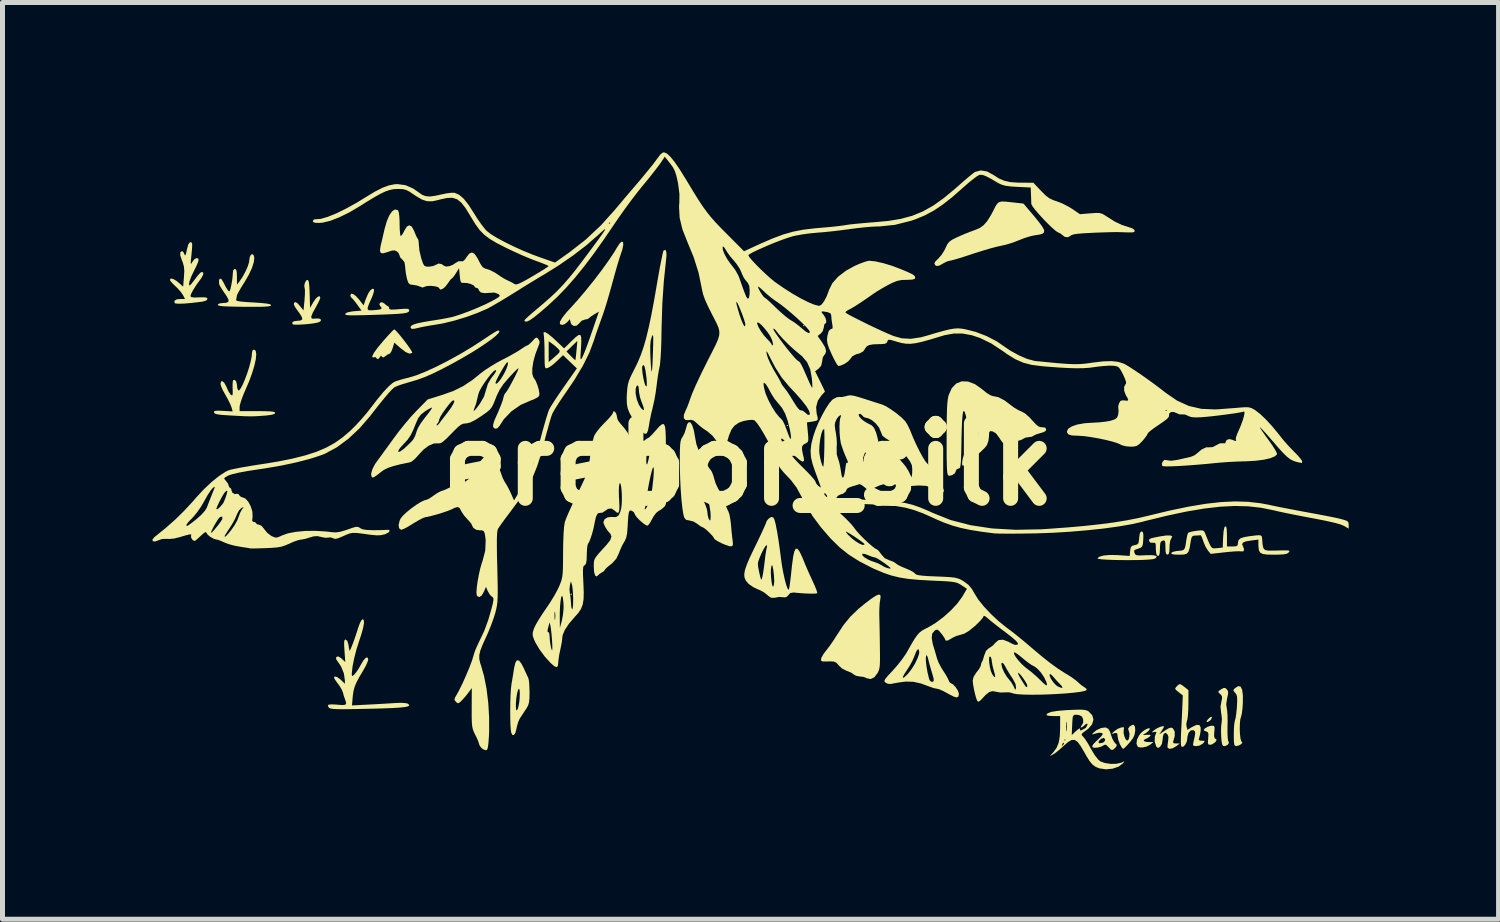
<source format=kicad_pcb>
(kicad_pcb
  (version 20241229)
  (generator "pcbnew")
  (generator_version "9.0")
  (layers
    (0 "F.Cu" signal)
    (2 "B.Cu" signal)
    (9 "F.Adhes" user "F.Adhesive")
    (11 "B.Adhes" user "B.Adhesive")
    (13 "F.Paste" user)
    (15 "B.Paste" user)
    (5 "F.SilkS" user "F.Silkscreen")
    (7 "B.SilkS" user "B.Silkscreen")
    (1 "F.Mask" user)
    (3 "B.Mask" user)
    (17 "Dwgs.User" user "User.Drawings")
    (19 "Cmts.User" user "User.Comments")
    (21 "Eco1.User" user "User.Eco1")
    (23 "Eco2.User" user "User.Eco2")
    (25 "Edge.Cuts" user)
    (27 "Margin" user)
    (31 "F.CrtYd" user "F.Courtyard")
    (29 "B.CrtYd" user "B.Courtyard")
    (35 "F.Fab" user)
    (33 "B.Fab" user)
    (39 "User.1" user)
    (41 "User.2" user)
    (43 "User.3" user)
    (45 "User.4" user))
  (footprint "erebor_silk"
    (layer "F.Cu")
    (at 11.928 6.246)
    (property "Reference" "erebor_silk" (at 0 0 0) (layer "F.SilkS") (effects (font (size 1.5 1.5) (thickness 0.3))))
    (attr board_only exclude_from_pos_files exclude_from_bom)
    (fp_poly (pts (xy 0.794 -0.78) (xy 0.78 -0.766) (xy 0.766 -0.78) (xy 0.78 -0.794)) (stroke (width 0) (type solid)) (fill yes) (layer "F.SilkS"))
    (fp_poly (pts (xy 1.122 -2.778) (xy 1.109 -2.764) (xy 1.095 -2.778) (xy 1.109 -2.792)) (stroke (width 0) (type solid)) (fill yes) (layer "F.SilkS"))
    (fp_poly (pts (xy 2.655 -0.424) (xy 2.641 -0.411) (xy 2.628 -0.424) (xy 2.641 -0.438)) (stroke (width 0) (type solid)) (fill yes) (layer "F.SilkS"))
    (fp_poly (pts (xy -3.54 2.582) (xy -3.537 2.614) (xy -3.54 2.618) (xy -3.556 2.615) (xy -3.558 2.6) (xy -3.548 2.578)) (stroke (width 0) (type solid)) (fill yes) (layer "F.SilkS"))
    (fp_poly (pts (xy 9.278 5.058) (xy 9.279 5.066) (xy 9.258 5.11) (xy 9.224 5.139) (xy 9.182 5.157) (xy 9.169 5.15) (xy 9.187 5.116) (xy 9.224 5.077) (xy 9.264 5.047)) (stroke (width 0) (type solid)) (fill yes) (layer "F.SilkS"))
    (fp_poly (pts (xy 9.315 5.232) (xy 9.331 5.254) (xy 9.331 5.309) (xy 9.326 5.353) (xy 9.322 5.438) (xy 9.336 5.482) (xy 9.351 5.493) (xy 9.374 5.511) (xy 9.358 5.543) (xy 9.344 5.56) (xy 9.287 5.6) (xy 9.243 5.611) (xy 9.211 5.605) (xy 9.198 5.577) (xy 9.201 5.514) (xy 9.204 5.484) (xy 9.209 5.405) (xy 9.2 5.364) (xy 9.171 5.346) (xy 9.166 5.344) (xy 9.124 5.327) (xy 9.114 5.317) (xy 9.137 5.284) (xy 9.192 5.251) (xy 9.255 5.231) (xy 9.275 5.229)) (stroke (width 0) (type solid)) (fill yes) (layer "F.SilkS"))
    (fp_poly (pts (xy 8.038 5.288) (xy 8.02 5.323) (xy 8.017 5.327) (xy 7.961 5.375) (xy 7.925 5.395) (xy 7.9 5.41) (xy 7.921 5.415) (xy 7.97 5.412) (xy 8.034 5.41) (xy 8.052 5.422) (xy 8.043 5.438) (xy 7.993 5.475) (xy 7.962 5.489) (xy 7.916 5.514) (xy 7.918 5.538) (xy 7.966 5.553) (xy 8.01 5.556) (xy 8.109 5.556) (xy 8.04 5.611) (xy 7.971 5.647) (xy 7.89 5.665) (xy 7.82 5.662) (xy 7.792 5.647) (xy 7.769 5.589) (xy 7.779 5.509) (xy 7.819 5.425) (xy 7.864 5.37) (xy 7.922 5.322) (xy 7.978 5.291) (xy 8.02 5.278)) (stroke (width 0) (type solid)) (fill yes) (layer "F.SilkS"))
    (fp_poly (pts (xy -7.065 -2.688) (xy -7.017 -2.637) (xy -6.956 -2.564) (xy -6.888 -2.479) (xy -6.823 -2.392) (xy -6.769 -2.315) (xy -6.734 -2.258) (xy -6.726 -2.233) (xy -6.779 -2.217) (xy -6.858 -2.249) (xy -6.961 -2.328) (xy -7.086 -2.438) (xy -7.119 -2.328) (xy -7.146 -2.259) (xy -7.172 -2.221) (xy -7.18 -2.217) (xy -7.22 -2.2) (xy -7.26 -2.17) (xy -7.303 -2.141) (xy -7.329 -2.153) (xy -7.333 -2.159) (xy -7.355 -2.178) (xy -7.372 -2.151) (xy -7.4 -2.116) (xy -7.431 -2.109) (xy -7.445 -2.134) (xy -7.465 -2.149) (xy -7.486 -2.145) (xy -7.524 -2.142) (xy -7.525 -2.174) (xy -7.49 -2.239) (xy -7.422 -2.334) (xy -7.32 -2.456) (xy -7.319 -2.458) (xy -7.235 -2.553) (xy -7.163 -2.631) (xy -7.112 -2.684) (xy -7.089 -2.704)) (stroke (width 0) (type solid)) (fill yes) (layer "F.SilkS"))
    (fp_poly (pts (xy 7.717 5.213) (xy 7.74 5.256) (xy 7.744 5.328) (xy 7.73 5.409) (xy 7.701 5.475) (xy 7.651 5.542) (xy 7.593 5.609) (xy 7.54 5.664) (xy 7.504 5.692) (xy 7.5 5.693) (xy 7.478 5.671) (xy 7.446 5.616) (xy 7.436 5.596) (xy 7.405 5.514) (xy 7.39 5.439) (xy 7.39 5.43) (xy 7.383 5.381) (xy 7.351 5.374) (xy 7.329 5.379) (xy 7.267 5.398) (xy 7.322 5.342) (xy 7.391 5.293) (xy 7.455 5.267) (xy 7.508 5.258) (xy 7.522 5.274) (xy 7.514 5.308) (xy 7.51 5.367) (xy 7.525 5.437) (xy 7.55 5.498) (xy 7.58 5.528) (xy 7.584 5.529) (xy 7.611 5.505) (xy 7.626 5.45) (xy 7.629 5.386) (xy 7.615 5.336) (xy 7.601 5.29) (xy 7.632 5.245) (xy 7.636 5.242) (xy 7.685 5.213)) (stroke (width 0) (type solid)) (fill yes) (layer "F.SilkS"))
    (fp_poly (pts (xy 8.449 1.421) (xy 8.484 1.439) (xy 8.47 1.476) (xy 8.463 1.483) (xy 8.444 1.528) (xy 8.432 1.606) (xy 8.43 1.661) (xy 8.426 1.75) (xy 8.412 1.795) (xy 8.389 1.806) (xy 8.364 1.793) (xy 8.351 1.745) (xy 8.348 1.658) (xy 8.346 1.574) (xy 8.337 1.532) (xy 8.316 1.521) (xy 8.293 1.525) (xy 8.261 1.542) (xy 8.244 1.58) (xy 8.239 1.655) (xy 8.239 1.686) (xy 8.233 1.783) (xy 8.217 1.829) (xy 8.187 1.826) (xy 8.175 1.816) (xy 8.164 1.779) (xy 8.157 1.709) (xy 8.156 1.676) (xy 8.154 1.601) (xy 8.141 1.569) (xy 8.113 1.566) (xy 8.1 1.568) (xy 8.046 1.565) (xy 8.028 1.543) (xy 8.02 1.515) (xy 8.029 1.494) (xy 8.063 1.478) (xy 8.133 1.461) (xy 8.241 1.44) (xy 8.367 1.421)) (stroke (width 0) (type solid)) (fill yes) (layer "F.SilkS"))
    (fp_poly (pts (xy 9.547 4.476) (xy 9.575 4.499) (xy 9.599 4.533) (xy 9.604 4.578) (xy 9.59 4.651) (xy 9.584 4.675) (xy 9.565 4.796) (xy 9.575 4.874) (xy 9.584 4.928) (xy 9.591 5.023) (xy 9.593 5.142) (xy 9.591 5.234) (xy 9.59 5.366) (xy 9.594 5.468) (xy 9.603 5.53) (xy 9.61 5.544) (xy 9.62 5.573) (xy 9.596 5.609) (xy 9.551 5.634) (xy 9.525 5.638) (xy 9.499 5.63) (xy 9.482 5.598) (xy 9.471 5.532) (xy 9.464 5.44) (xy 9.461 5.33) (xy 9.464 5.232) (xy 9.473 5.168) (xy 9.473 5.168) (xy 9.479 5.094) (xy 9.469 5.003) (xy 9.464 4.983) (xy 9.451 4.848) (xy 9.467 4.756) (xy 9.483 4.68) (xy 9.478 4.635) (xy 9.45 4.6) (xy 9.443 4.594) (xy 9.408 4.561) (xy 9.413 4.537) (xy 9.459 4.503) (xy 9.46 4.503) (xy 9.513 4.473)) (stroke (width 0) (type solid)) (fill yes) (layer "F.SilkS"))
    (fp_poly (pts (xy 9.852 4.446) (xy 9.883 4.506) (xy 9.898 4.616) (xy 9.898 4.766) (xy 9.891 4.879) (xy 9.88 4.976) (xy 9.865 5.04) (xy 9.861 5.05) (xy 9.846 5.106) (xy 9.838 5.193) (xy 9.836 5.295) (xy 9.84 5.396) (xy 9.85 5.482) (xy 9.865 5.538) (xy 9.876 5.55) (xy 9.888 5.57) (xy 9.863 5.599) (xy 9.817 5.625) (xy 9.765 5.637) (xy 9.764 5.637) (xy 9.741 5.632) (xy 9.727 5.606) (xy 9.719 5.551) (xy 9.717 5.455) (xy 9.717 5.404) (xy 9.719 5.291) (xy 9.726 5.196) (xy 9.737 5.134) (xy 9.74 5.123) (xy 9.753 5.076) (xy 9.766 4.989) (xy 9.777 4.881) (xy 9.779 4.849) (xy 9.785 4.733) (xy 9.783 4.658) (xy 9.772 4.61) (xy 9.749 4.577) (xy 9.744 4.571) (xy 9.71 4.531) (xy 9.716 4.502) (xy 9.742 4.477) (xy 9.805 4.437)) (stroke (width 0) (type solid)) (fill yes) (layer "F.SilkS"))
    (fp_poly (pts (xy 7.16 5.267) (xy 7.208 5.294) (xy 7.241 5.354) (xy 7.256 5.404) (xy 7.286 5.49) (xy 7.325 5.558) (xy 7.338 5.573) (xy 7.374 5.611) (xy 7.367 5.643) (xy 7.345 5.67) (xy 7.298 5.712) (xy 7.26 5.711) (xy 7.213 5.664) (xy 7.205 5.653) (xy 7.157 5.61) (xy 7.125 5.613) (xy 7.069 5.646) (xy 6.993 5.667) (xy 6.923 5.671) (xy 6.894 5.662) (xy 6.882 5.64) (xy 6.902 5.603) (xy 6.941 5.562) (xy 7.007 5.562) (xy 7.028 5.582) (xy 7.089 5.571) (xy 7.1 5.567) (xy 7.136 5.536) (xy 7.141 5.498) (xy 7.116 5.475) (xy 7.108 5.474) (xy 7.059 5.493) (xy 7.017 5.534) (xy 7.007 5.562) (xy 6.941 5.562) (xy 6.958 5.544) (xy 6.989 5.515) (xy 7.058 5.448) (xy 7.09 5.407) (xy 7.09 5.384) (xy 7.074 5.374) (xy 7.015 5.37) (xy 6.946 5.386) (xy 6.894 5.403) (xy 6.884 5.397) (xy 6.9 5.375) (xy 6.971 5.316) (xy 7.06 5.276) (xy 7.143 5.264)) (stroke (width 0) (type solid)) (fill yes) (layer "F.SilkS"))
    (fp_poly (pts (xy 8.321 5.245) (xy 8.321 5.246) (xy 8.307 5.274) (xy 8.275 5.327) (xy 8.274 5.329) (xy 8.227 5.401) (xy 8.342 5.324) (xy 8.415 5.28) (xy 8.462 5.267) (xy 8.496 5.28) (xy 8.498 5.282) (xy 8.534 5.345) (xy 8.534 5.438) (xy 8.513 5.513) (xy 8.499 5.564) (xy 8.521 5.582) (xy 8.561 5.584) (xy 8.635 5.585) (xy 8.567 5.638) (xy 8.493 5.681) (xy 8.429 5.692) (xy 8.392 5.671) (xy 8.389 5.632) (xy 8.398 5.564) (xy 8.401 5.549) (xy 8.409 5.454) (xy 8.39 5.403) (xy 8.35 5.371) (xy 8.316 5.389) (xy 8.297 5.449) (xy 8.293 5.499) (xy 8.278 5.594) (xy 8.244 5.647) (xy 8.205 5.675) (xy 8.178 5.661) (xy 8.162 5.638) (xy 8.133 5.546) (xy 8.137 5.444) (xy 8.156 5.393) (xy 8.169 5.357) (xy 8.142 5.352) (xy 8.122 5.356) (xy 8.083 5.363) (xy 8.084 5.352) (xy 8.126 5.316) (xy 8.129 5.314) (xy 8.183 5.279) (xy 8.245 5.252) (xy 8.297 5.238)) (stroke (width 0) (type solid)) (fill yes) (layer "F.SilkS"))
    (fp_poly (pts (xy 7.895 1.352) (xy 7.906 1.394) (xy 7.906 1.476) (xy 7.905 1.498) (xy 7.898 1.588) (xy 7.884 1.638) (xy 7.856 1.665) (xy 7.814 1.682) (xy 7.749 1.704) (xy 7.722 1.722) (xy 7.723 1.748) (xy 7.731 1.775) (xy 7.745 1.802) (xy 7.773 1.817) (xy 7.827 1.822) (xy 7.921 1.819) (xy 7.95 1.817) (xy 8.07 1.815) (xy 8.146 1.824) (xy 8.175 1.844) (xy 8.155 1.873) (xy 8.131 1.887) (xy 8.087 1.897) (xy 8.002 1.905) (xy 7.886 1.911) (xy 7.748 1.914) (xy 7.599 1.915) (xy 7.447 1.914) (xy 7.302 1.911) (xy 7.174 1.906) (xy 7.073 1.899) (xy 7.007 1.89) (xy 6.987 1.88) (xy 7.025 1.847) (xy 7.109 1.823) (xy 7.231 1.812) (xy 7.381 1.814) (xy 7.409 1.816) (xy 7.633 1.831) (xy 7.642 1.73) (xy 7.653 1.661) (xy 7.683 1.628) (xy 7.732 1.615) (xy 7.782 1.602) (xy 7.808 1.574) (xy 7.819 1.515) (xy 7.823 1.471) (xy 7.834 1.385) (xy 7.856 1.346) (xy 7.872 1.341)) (stroke (width 0) (type solid)) (fill yes) (layer "F.SilkS"))
    (fp_poly (pts (xy 2.642 2.615) (xy 2.647 2.659) (xy 2.64 2.703) (xy 2.629 2.784) (xy 2.622 2.894) (xy 2.621 3.004) (xy 2.627 3.272) (xy 2.631 3.491) (xy 2.633 3.666) (xy 2.635 3.804) (xy 2.635 3.909) (xy 2.633 3.986) (xy 2.629 4.043) (xy 2.622 4.084) (xy 2.614 4.115) (xy 2.603 4.141) (xy 2.59 4.168) (xy 2.587 4.174) (xy 2.524 4.258) (xy 2.45 4.295) (xy 2.37 4.28) (xy 2.354 4.27) (xy 2.298 4.251) (xy 2.227 4.243) (xy 2.156 4.23) (xy 2.108 4.202) (xy 2.06 4.168) (xy 1.986 4.137) (xy 1.973 4.134) (xy 1.873 4.083) (xy 1.81 4.022) (xy 1.76 3.966) (xy 1.705 3.944) (xy 1.633 3.942) (xy 1.553 3.944) (xy 1.494 3.944) (xy 1.485 3.944) (xy 1.453 3.923) (xy 1.461 3.87) (xy 1.507 3.79) (xy 1.556 3.726) (xy 1.625 3.637) (xy 1.703 3.524) (xy 1.775 3.412) (xy 1.776 3.411) (xy 1.905 3.214) (xy 2.041 3.048) (xy 2.2 2.894) (xy 2.34 2.779) (xy 2.466 2.684) (xy 2.555 2.626) (xy 2.613 2.603)) (stroke (width 0) (type solid)) (fill yes) (layer "F.SilkS"))
    (fp_poly (pts (xy -8.807 -3.681) (xy -8.794 -3.636) (xy -8.786 -3.551) (xy -8.78 -3.418) (xy -8.78 -3.414) (xy -8.772 -3.134) (xy -8.706 -3.25) (xy -8.657 -3.32) (xy -8.611 -3.361) (xy -8.578 -3.366) (xy -8.567 -3.336) (xy -8.58 -3.297) (xy -8.613 -3.228) (xy -8.655 -3.151) (xy -8.716 -3.04) (xy -8.746 -2.969) (xy -8.746 -2.929) (xy -8.717 -2.916) (xy -8.666 -2.92) (xy -8.595 -2.921) (xy -8.556 -2.903) (xy -8.557 -2.874) (xy -8.588 -2.85) (xy -8.639 -2.835) (xy -8.723 -2.821) (xy -8.826 -2.809) (xy -8.933 -2.801) (xy -9.028 -2.797) (xy -9.096 -2.799) (xy -9.121 -2.806) (xy -9.13 -2.841) (xy -9.095 -2.866) (xy -9.038 -2.874) (xy -8.962 -2.881) (xy -8.928 -2.904) (xy -8.936 -2.951) (xy -8.984 -3.027) (xy -9.01 -3.062) (xy -9.07 -3.146) (xy -9.096 -3.2) (xy -9.093 -3.233) (xy -9.088 -3.239) (xy -9.059 -3.249) (xy -9.018 -3.221) (xy -8.98 -3.177) (xy -8.903 -3.083) (xy -8.883 -3.292) (xy -8.876 -3.396) (xy -8.874 -3.479) (xy -8.879 -3.525) (xy -8.88 -3.529) (xy -8.888 -3.577) (xy -8.875 -3.637) (xy -8.847 -3.684) (xy -8.825 -3.695)) (stroke (width 0) (type solid)) (fill yes) (layer "F.SilkS"))
    (fp_poly (pts (xy -4.589 3.927) (xy -4.54 3.99) (xy -4.499 4.07) (xy -4.457 4.161) (xy -4.422 4.237) (xy -4.403 4.276) (xy -4.392 4.325) (xy -4.384 4.411) (xy -4.38 4.521) (xy -4.379 4.557) (xy -4.381 4.677) (xy -4.389 4.759) (xy -4.407 4.821) (xy -4.439 4.881) (xy -4.455 4.904) (xy -4.51 4.988) (xy -4.561 5.065) (xy -4.576 5.088) (xy -4.608 5.16) (xy -4.634 5.254) (xy -4.641 5.289) (xy -4.662 5.371) (xy -4.691 5.415) (xy -4.721 5.416) (xy -4.745 5.371) (xy -4.755 5.306) (xy -4.762 5.199) (xy -4.765 5.063) (xy -4.766 4.911) (xy -4.765 4.84) (xy -4.653 4.84) (xy -4.648 4.906) (xy -4.636 4.924) (xy -4.619 4.903) (xy -4.602 4.848) (xy -4.586 4.767) (xy -4.577 4.682) (xy -4.574 4.577) (xy -4.579 4.51) (xy -4.591 4.489) (xy -4.61 4.514) (xy -4.628 4.58) (xy -4.643 4.673) (xy -4.652 4.781) (xy -4.653 4.84) (xy -4.765 4.84) (xy -4.764 4.755) (xy -4.759 4.608) (xy -4.751 4.484) (xy -4.74 4.394) (xy -4.74 4.393) (xy -4.719 4.271) (xy -4.699 4.148) (xy -4.686 4.065) (xy -4.662 3.965) (xy -4.63 3.919)) (stroke (width 0) (type solid)) (fill yes) (layer "F.SilkS"))
    (fp_poly (pts (xy 5.143 -5.261) (xy 5.256 -5.249) (xy 5.347 -5.239) (xy 5.507 -5.221) (xy 5.703 -4.99) (xy 5.811 -4.858) (xy 5.883 -4.761) (xy 5.92 -4.693) (xy 5.92 -4.647) (xy 5.887 -4.617) (xy 5.819 -4.599) (xy 5.752 -4.59) (xy 5.649 -4.569) (xy 5.526 -4.531) (xy 5.424 -4.491) (xy 5.299 -4.442) (xy 5.162 -4.4) (xy 5.064 -4.378) (xy 4.973 -4.358) (xy 4.845 -4.324) (xy 4.695 -4.28) (xy 4.538 -4.231) (xy 4.484 -4.213) (xy 4.342 -4.166) (xy 4.215 -4.126) (xy 4.114 -4.097) (xy 4.049 -4.08) (xy 4.033 -4.078) (xy 3.976 -4.063) (xy 3.907 -4.028) (xy 3.9 -4.023) (xy 3.819 -3.979) (xy 3.766 -3.972) (xy 3.741 -3.987) (xy 3.724 -4.02) (xy 3.743 -4.062) (xy 3.803 -4.122) (xy 3.806 -4.125) (xy 3.868 -4.196) (xy 3.927 -4.29) (xy 3.948 -4.335) (xy 3.982 -4.406) (xy 4.02 -4.455) (xy 4.075 -4.496) (xy 4.163 -4.54) (xy 4.2 -4.557) (xy 4.317 -4.608) (xy 4.437 -4.656) (xy 4.532 -4.691) (xy 4.629 -4.731) (xy 4.709 -4.788) (xy 4.781 -4.871) (xy 4.855 -4.989) (xy 4.902 -5.077) (xy 4.944 -5.16) (xy 4.978 -5.215) (xy 5.015 -5.248) (xy 5.066 -5.262)) (stroke (width 0) (type solid)) (fill yes) (layer "F.SilkS"))
    (fp_poly (pts (xy 8.691 4.425) (xy 8.722 4.449) (xy 8.809 4.517) (xy 8.808 4.797) (xy 8.805 4.92) (xy 8.798 5.027) (xy 8.788 5.102) (xy 8.78 5.128) (xy 8.766 5.193) (xy 8.771 5.246) (xy 8.788 5.313) (xy 8.883 5.254) (xy 8.971 5.212) (xy 9.028 5.216) (xy 9.054 5.264) (xy 9.053 5.331) (xy 9.04 5.412) (xy 9.022 5.476) (xy 9.02 5.481) (xy 9.015 5.516) (xy 9.048 5.528) (xy 9.075 5.529) (xy 9.127 5.532) (xy 9.13 5.549) (xy 9.101 5.584) (xy 9.033 5.626) (xy 8.97 5.638) (xy 8.914 5.633) (xy 8.9 5.607) (xy 8.908 5.563) (xy 8.933 5.453) (xy 8.944 5.385) (xy 8.94 5.346) (xy 8.922 5.326) (xy 8.908 5.319) (xy 8.855 5.323) (xy 8.812 5.371) (xy 8.788 5.45) (xy 8.786 5.489) (xy 8.774 5.552) (xy 8.745 5.609) (xy 8.71 5.647) (xy 8.678 5.653) (xy 8.663 5.635) (xy 8.658 5.591) (xy 8.657 5.509) (xy 8.66 5.404) (xy 8.661 5.378) (xy 8.668 5.246) (xy 8.676 5.088) (xy 8.683 4.932) (xy 8.685 4.891) (xy 8.696 4.624) (xy 8.611 4.557) (xy 8.558 4.513) (xy 8.543 4.485) (xy 8.562 4.454) (xy 8.581 4.436) (xy 8.618 4.402) (xy 8.648 4.398)) (stroke (width 0) (type solid)) (fill yes) (layer "F.SilkS"))
    (fp_poly (pts (xy -7.495 -3.51) (xy -7.492 -3.472) (xy -7.512 -3.4) (xy -7.537 -3.337) (xy -7.589 -3.221) (xy -7.617 -3.146) (xy -7.619 -3.105) (xy -7.595 -3.087) (xy -7.541 -3.085) (xy -7.486 -3.089) (xy -7.391 -3.098) (xy -7.345 -3.113) (xy -7.343 -3.138) (xy -7.368 -3.17) (xy -7.387 -3.207) (xy -7.369 -3.235) (xy -7.334 -3.249) (xy -7.288 -3.223) (xy -7.278 -3.214) (xy -7.231 -3.176) (xy -7.202 -3.161) (xy -7.189 -3.14) (xy -7.189 -3.125) (xy -7.18 -3.107) (xy -7.142 -3.099) (xy -7.064 -3.102) (xy -6.991 -3.108) (xy -6.885 -3.116) (xy -6.823 -3.115) (xy -6.795 -3.105) (xy -6.788 -3.085) (xy -6.792 -3.064) (xy -6.809 -3.048) (xy -6.845 -3.035) (xy -6.906 -3.024) (xy -6.997 -3.015) (xy -7.126 -3.008) (xy -7.297 -3.001) (xy -7.496 -2.994) (xy -7.692 -2.988) (xy -7.84 -2.985) (xy -7.945 -2.984) (xy -8.014 -2.987) (xy -8.053 -2.994) (xy -8.069 -3.004) (xy -8.069 -3.013) (xy -8.032 -3.041) (xy -7.946 -3.06) (xy -7.899 -3.066) (xy -7.742 -3.079) (xy -7.83 -3.202) (xy -7.883 -3.272) (xy -7.925 -3.321) (xy -7.942 -3.335) (xy -7.963 -3.366) (xy -7.965 -3.385) (xy -7.95 -3.417) (xy -7.909 -3.411) (xy -7.853 -3.369) (xy -7.788 -3.297) (xy -7.786 -3.295) (xy -7.701 -3.184) (xy -7.654 -3.315) (xy -7.61 -3.419) (xy -7.563 -3.489) (xy -7.52 -3.518)) (stroke (width 0) (type solid)) (fill yes) (layer "F.SilkS"))
    (fp_poly (pts (xy -9.906 -4.197) (xy -9.887 -4.141) (xy -9.898 -4.05) (xy -9.935 -3.932) (xy -9.998 -3.797) (xy -10.082 -3.652) (xy -10.087 -3.644) (xy -10.15 -3.543) (xy -10.2 -3.457) (xy -10.231 -3.397) (xy -10.237 -3.378) (xy -10.246 -3.322) (xy -10.252 -3.303) (xy -10.251 -3.286) (xy -10.227 -3.273) (xy -10.172 -3.262) (xy -10.08 -3.253) (xy -9.942 -3.244) (xy -9.91 -3.243) (xy -9.754 -3.232) (xy -9.647 -3.221) (xy -9.582 -3.209) (xy -9.555 -3.194) (xy -9.552 -3.187) (xy -9.563 -3.174) (xy -9.598 -3.165) (xy -9.665 -3.159) (xy -9.769 -3.155) (xy -9.916 -3.155) (xy -10.086 -3.155) (xy -10.279 -3.158) (xy -10.422 -3.162) (xy -10.522 -3.167) (xy -10.585 -3.176) (xy -10.615 -3.186) (xy -10.62 -3.195) (xy -10.595 -3.22) (xy -10.531 -3.23) (xy -10.446 -3.236) (xy -10.405 -3.258) (xy -10.406 -3.302) (xy -10.446 -3.376) (xy -10.48 -3.424) (xy -10.536 -3.507) (xy -10.577 -3.575) (xy -10.593 -3.614) (xy -10.594 -3.692) (xy -10.574 -3.722) (xy -10.54 -3.702) (xy -10.5 -3.633) (xy -10.461 -3.556) (xy -10.421 -3.492) (xy -10.421 -3.491) (xy -10.397 -3.465) (xy -10.38 -3.47) (xy -10.365 -3.514) (xy -10.35 -3.582) (xy -10.331 -3.685) (xy -10.32 -3.783) (xy -10.319 -3.82) (xy -10.31 -3.89) (xy -10.28 -3.914) (xy -10.278 -3.914) (xy -10.253 -3.901) (xy -10.24 -3.854) (xy -10.236 -3.765) (xy -10.236 -3.757) (xy -10.235 -3.599) (xy -10.181 -3.668) (xy -10.122 -3.756) (xy -10.065 -3.861) (xy -10.019 -3.964) (xy -9.993 -4.049) (xy -9.99 -4.077) (xy -9.979 -4.154) (xy -9.953 -4.201) (xy -9.919 -4.206)) (stroke (width 0) (type solid)) (fill yes) (layer "F.SilkS"))
    (fp_poly (pts (xy -9.861 -2.276) (xy -9.849 -2.209) (xy -9.858 -2.107) (xy -9.887 -1.975) (xy -9.934 -1.821) (xy -9.997 -1.651) (xy -10.059 -1.509) (xy -10.11 -1.389) (xy -10.151 -1.278) (xy -10.176 -1.192) (xy -10.182 -1.154) (xy -10.182 -1.067) (xy -9.826 -1.067) (xy -9.675 -1.066) (xy -9.571 -1.062) (xy -9.507 -1.055) (xy -9.476 -1.043) (xy -9.47 -1.03) (xy -9.489 -1.009) (xy -9.547 -0.993) (xy -9.653 -0.979) (xy -9.696 -0.976) (xy -9.796 -0.969) (xy -9.884 -0.964) (xy -9.972 -0.963) (xy -10.072 -0.965) (xy -10.197 -0.971) (xy -10.36 -0.98) (xy -10.428 -0.984) (xy -10.555 -0.993) (xy -10.636 -1.005) (xy -10.68 -1.02) (xy -10.696 -1.041) (xy -10.692 -1.063) (xy -10.663 -1.074) (xy -10.598 -1.076) (xy -10.512 -1.072) (xy -10.321 -1.061) (xy -10.345 -1.147) (xy -10.372 -1.215) (xy -10.419 -1.307) (xy -10.467 -1.393) (xy -10.517 -1.483) (xy -10.552 -1.562) (xy -10.565 -1.612) (xy -10.554 -1.661) (xy -10.525 -1.666) (xy -10.488 -1.632) (xy -10.449 -1.561) (xy -10.444 -1.549) (xy -10.408 -1.468) (xy -10.37 -1.408) (xy -10.357 -1.393) (xy -10.334 -1.381) (xy -10.322 -1.398) (xy -10.32 -1.454) (xy -10.322 -1.514) (xy -10.323 -1.602) (xy -10.318 -1.665) (xy -10.312 -1.686) (xy -10.278 -1.693) (xy -10.25 -1.659) (xy -10.236 -1.597) (xy -10.236 -1.593) (xy -10.228 -1.524) (xy -10.213 -1.484) (xy -10.191 -1.483) (xy -10.158 -1.526) (xy -10.118 -1.603) (xy -10.075 -1.704) (xy -10.032 -1.819) (xy -9.993 -1.939) (xy -9.962 -2.055) (xy -9.941 -2.156) (xy -9.936 -2.223) (xy -9.923 -2.284) (xy -9.895 -2.299)) (stroke (width 0) (type solid)) (fill yes) (layer "F.SilkS"))
    (fp_poly (pts (xy -11.146 -4.444) (xy -11.134 -4.427) (xy -11.131 -4.386) (xy -11.135 -4.313) (xy -11.146 -4.197) (xy -11.15 -4.16) (xy -11.159 -4.067) (xy -11.161 -4.021) (xy -11.153 -4.016) (xy -11.134 -4.044) (xy -11.126 -4.058) (xy -11.083 -4.111) (xy -11.039 -4.132) (xy -11.009 -4.118) (xy -11.003 -4.09) (xy -11.015 -4.047) (xy -11.048 -3.97) (xy -11.093 -3.878) (xy -11.099 -3.867) (xy -11.146 -3.769) (xy -11.18 -3.681) (xy -11.195 -3.62) (xy -11.195 -3.618) (xy -11.191 -3.586) (xy -11.176 -3.585) (xy -11.143 -3.62) (xy -11.086 -3.694) (xy -11.084 -3.697) (xy -11.014 -3.788) (xy -10.966 -3.838) (xy -10.935 -3.854) (xy -10.913 -3.84) (xy -10.908 -3.833) (xy -10.912 -3.796) (xy -10.945 -3.735) (xy -10.969 -3.701) (xy -11.044 -3.598) (xy -11.107 -3.5) (xy -11.151 -3.419) (xy -11.167 -3.368) (xy -11.167 -3.368) (xy -11.148 -3.349) (xy -11.086 -3.341) (xy -10.996 -3.344) (xy -10.9 -3.346) (xy -10.847 -3.34) (xy -10.827 -3.322) (xy -10.825 -3.312) (xy -10.848 -3.282) (xy -10.918 -3.26) (xy -10.962 -3.254) (xy -11.14 -3.233) (xy -11.288 -3.22) (xy -11.399 -3.217) (xy -11.466 -3.222) (xy -11.483 -3.231) (xy -11.487 -3.274) (xy -11.445 -3.303) (xy -11.37 -3.312) (xy -11.275 -3.312) (xy -11.315 -3.389) (xy -11.359 -3.453) (xy -11.426 -3.528) (xy -11.467 -3.567) (xy -11.528 -3.627) (xy -11.569 -3.676) (xy -11.578 -3.695) (xy -11.56 -3.721) (xy -11.512 -3.713) (xy -11.443 -3.672) (xy -11.405 -3.641) (xy -11.312 -3.559) (xy -11.296 -3.755) (xy -11.289 -3.874) (xy -11.297 -3.962) (xy -11.32 -4.044) (xy -11.335 -4.081) (xy -11.37 -4.183) (xy -11.37 -4.247) (xy -11.335 -4.27) (xy -11.332 -4.27) (xy -11.306 -4.247) (xy -11.288 -4.208) (xy -11.274 -4.182) (xy -11.262 -4.197) (xy -11.246 -4.257) (xy -11.238 -4.297) (xy -11.212 -4.396) (xy -11.182 -4.443) (xy -11.167 -4.448)) (stroke (width 0) (type solid)) (fill yes) (layer "F.SilkS"))
    (fp_poly (pts (xy -1.156 -0.837) (xy -1.122 -0.782) (xy -1.091 -0.684) (xy -1.069 -0.561) (xy -1.04 -0.406) (xy -1.002 -0.302) (xy -0.984 -0.274) (xy -0.94 -0.209) (xy -0.89 -0.119) (xy -0.864 -0.067) (xy -0.82 0.016) (xy -0.778 0.082) (xy -0.757 0.106) (xy -0.727 0.152) (xy -0.698 0.23) (xy -0.687 0.273) (xy -0.655 0.377) (xy -0.608 0.478) (xy -0.591 0.505) (xy -0.542 0.592) (xy -0.495 0.699) (xy -0.478 0.747) (xy -0.445 0.838) (xy -0.413 0.915) (xy -0.398 0.944) (xy -0.379 0.997) (xy -0.362 1.087) (xy -0.348 1.196) (xy -0.346 1.218) (xy -0.336 1.338) (xy -0.324 1.45) (xy -0.313 1.533) (xy -0.312 1.54) (xy -0.308 1.603) (xy -0.325 1.636) (xy -0.371 1.638) (xy -0.453 1.612) (xy -0.541 1.574) (xy -0.618 1.534) (xy -0.67 1.5) (xy -0.684 1.483) (xy -0.703 1.449) (xy -0.749 1.396) (xy -0.809 1.337) (xy -0.866 1.287) (xy -0.906 1.26) (xy -0.912 1.259) (xy -0.947 1.243) (xy -1.003 1.203) (xy -1.018 1.191) (xy -1.098 1.142) (xy -1.178 1.122) (xy -1.18 1.122) (xy -1.249 1.107) (xy -1.284 1.061) (xy -1.304 0.979) (xy -1.323 0.852) (xy -1.34 0.689) (xy -1.354 0.499) (xy -1.359 0.39) (xy -0.985 0.39) (xy -0.971 0.52) (xy -0.925 0.658) (xy -0.903 0.707) (xy -0.862 0.803) (xy -0.832 0.887) (xy -0.821 0.94) (xy -0.813 1.018) (xy -0.795 1.085) (xy -0.772 1.12) (xy -0.766 1.122) (xy -0.757 1.097) (xy -0.754 1.033) (xy -0.758 0.951) (xy -0.781 0.807) (xy -0.825 0.673) (xy -0.836 0.649) (xy -0.88 0.541) (xy -0.912 0.424) (xy -0.92 0.382) (xy -0.937 0.29) (xy -0.957 0.252) (xy -0.974 0.267) (xy -0.984 0.336) (xy -0.985 0.39) (xy -1.359 0.39) (xy -1.364 0.293) (xy -1.37 0.078) (xy -1.371 -0.011) (xy -1.371 -0.183) (xy -1.369 -0.31) (xy -1.364 -0.4) (xy -1.356 -0.461) (xy -1.344 -0.504) (xy -1.326 -0.536) (xy -1.32 -0.545) (xy -1.279 -0.622) (xy -1.25 -0.712) (xy -1.249 -0.718) (xy -1.223 -0.808) (xy -1.191 -0.847)) (stroke (width 0) (type solid)) (fill yes) (layer "F.SilkS"))
    (fp_poly (pts (xy 2.161 0.701) (xy 2.272 0.704) (xy 2.41 0.709) (xy 2.532 0.713) (xy 2.769 0.726) (xy 2.966 0.744) (xy 3.134 0.77) (xy 3.288 0.808) (xy 3.441 0.861) (xy 3.606 0.931) (xy 3.696 0.972) (xy 4.05 1.113) (xy 4.444 1.215) (xy 4.878 1.281) (xy 5.351 1.308) (xy 5.863 1.298) (xy 5.987 1.29) (xy 6.385 1.261) (xy 6.736 1.23) (xy 7.046 1.196) (xy 7.322 1.16) (xy 7.571 1.119) (xy 7.802 1.074) (xy 8.006 1.026) (xy 8.43 0.924) (xy 8.81 0.845) (xy 9.151 0.788) (xy 9.46 0.753) (xy 9.743 0.74) (xy 10.004 0.748) (xy 10.249 0.776) (xy 10.415 0.807) (xy 10.548 0.836) (xy 10.718 0.87) (xy 10.907 0.906) (xy 11.097 0.942) (xy 11.195 0.96) (xy 11.365 0.991) (xy 11.529 1.022) (xy 11.676 1.051) (xy 11.79 1.075) (xy 11.845 1.088) (xy 11.937 1.113) (xy 11.989 1.135) (xy 12.011 1.162) (xy 12.016 1.204) (xy 12.016 1.207) (xy 12.016 1.285) (xy 11.921 1.229) (xy 11.851 1.2) (xy 11.73 1.167) (xy 11.563 1.129) (xy 11.352 1.087) (xy 11.303 1.078) (xy 11.117 1.043) (xy 10.926 1.006) (xy 10.747 0.97) (xy 10.595 0.937) (xy 10.502 0.915) (xy 10.259 0.866) (xy 10.005 0.838) (xy 9.735 0.831) (xy 9.443 0.846) (xy 9.124 0.883) (xy 8.772 0.942) (xy 8.383 1.025) (xy 7.95 1.13) (xy 7.88 1.149) (xy 7.662 1.198) (xy 7.399 1.243) (xy 7.101 1.284) (xy 6.776 1.318) (xy 6.435 1.347) (xy 6.087 1.368) (xy 5.741 1.38) (xy 5.666 1.381) (xy 5.478 1.384) (xy 5.303 1.385) (xy 5.151 1.385) (xy 5.03 1.384) (xy 4.95 1.381) (xy 4.927 1.38) (xy 4.662 1.346) (xy 4.441 1.31) (xy 4.251 1.27) (xy 4.08 1.222) (xy 3.917 1.164) (xy 3.75 1.093) (xy 3.695 1.067) (xy 3.497 0.979) (xy 3.318 0.913) (xy 3.143 0.865) (xy 2.956 0.833) (xy 2.744 0.813) (xy 2.523 0.801) (xy 2.347 0.794) (xy 2.22 0.786) (xy 2.134 0.776) (xy 2.084 0.765) (xy 2.062 0.75) (xy 2.061 0.747) (xy 2.053 0.709) (xy 2.056 0.702) (xy 2.086 0.701)) (stroke (width 0) (type solid)) (fill yes) (layer "F.SilkS"))
    (fp_poly (pts (xy 9.564 1.248) (xy 9.575 1.295) (xy 9.579 1.388) (xy 9.58 1.435) (xy 9.58 1.642) (xy 9.689 1.642) (xy 9.76 1.638) (xy 9.791 1.621) (xy 9.799 1.58) (xy 9.799 1.577) (xy 9.809 1.519) (xy 9.846 1.481) (xy 9.921 1.455) (xy 10.018 1.438) (xy 10.138 1.423) (xy 10.214 1.416) (xy 10.257 1.421) (xy 10.276 1.44) (xy 10.283 1.476) (xy 10.285 1.505) (xy 10.294 1.61) (xy 10.309 1.676) (xy 10.34 1.711) (xy 10.398 1.724) (xy 10.495 1.725) (xy 10.559 1.724) (xy 10.689 1.72) (xy 10.771 1.72) (xy 10.816 1.724) (xy 10.831 1.733) (xy 10.825 1.749) (xy 10.811 1.765) (xy 10.779 1.786) (xy 10.718 1.799) (xy 10.618 1.805) (xy 10.522 1.806) (xy 10.387 1.804) (xy 10.297 1.792) (xy 10.244 1.764) (xy 10.218 1.715) (xy 10.21 1.638) (xy 10.209 1.602) (xy 10.209 1.504) (xy 10.066 1.522) (xy 9.958 1.54) (xy 9.9 1.564) (xy 9.884 1.599) (xy 9.903 1.644) (xy 9.923 1.702) (xy 9.909 1.739) (xy 9.866 1.741) (xy 9.864 1.741) (xy 9.822 1.737) (xy 9.739 1.74) (xy 9.629 1.749) (xy 9.54 1.758) (xy 9.255 1.79) (xy 9.199 1.723) (xy 9.155 1.654) (xy 9.115 1.563) (xy 9.105 1.533) (xy 9.08 1.462) (xy 9.058 1.421) (xy 9.05 1.416) (xy 9.012 1.421) (xy 8.952 1.423) (xy 8.903 1.428) (xy 8.876 1.451) (xy 8.86 1.507) (xy 8.852 1.553) (xy 8.833 1.672) (xy 8.81 1.746) (xy 8.776 1.786) (xy 8.719 1.803) (xy 8.631 1.806) (xy 8.62 1.806) (xy 8.523 1.803) (xy 8.473 1.792) (xy 8.464 1.772) (xy 8.496 1.75) (xy 8.565 1.734) (xy 8.603 1.73) (xy 8.669 1.724) (xy 8.711 1.71) (xy 8.736 1.677) (xy 8.752 1.614) (xy 8.768 1.508) (xy 8.77 1.494) (xy 8.784 1.421) (xy 8.801 1.372) (xy 8.806 1.367) (xy 8.843 1.352) (xy 8.916 1.336) (xy 8.97 1.328) (xy 9.055 1.319) (xy 9.102 1.323) (xy 9.127 1.346) (xy 9.14 1.373) (xy 9.193 1.503) (xy 9.231 1.591) (xy 9.26 1.645) (xy 9.286 1.672) (xy 9.316 1.68) (xy 9.355 1.678) (xy 9.383 1.675) (xy 9.495 1.664) (xy 9.503 1.457) (xy 9.513 1.333) (xy 9.529 1.259) (xy 9.546 1.238)) (stroke (width 0) (type solid)) (fill yes) (layer "F.SilkS"))
    (fp_poly (pts (xy -7.698 3.111) (xy -7.692 3.169) (xy -7.709 3.268) (xy -7.747 3.405) (xy -7.786 3.522) (xy -7.842 3.698) (xy -7.888 3.876) (xy -7.921 4.039) (xy -7.936 4.172) (xy -7.937 4.199) (xy -7.934 4.234) (xy -7.915 4.229) (xy -7.885 4.203) (xy -7.844 4.153) (xy -7.792 4.074) (xy -7.755 4.008) (xy -7.702 3.919) (xy -7.656 3.87) (xy -7.624 3.861) (xy -7.609 3.899) (xy -7.609 3.909) (xy -7.623 3.956) (xy -7.658 4.033) (xy -7.707 4.121) (xy -7.789 4.26) (xy -7.846 4.368) (xy -7.882 4.457) (xy -7.904 4.542) (xy -7.917 4.636) (xy -7.918 4.649) (xy -7.933 4.823) (xy -7.6 4.806) (xy -7.445 4.798) (xy -7.286 4.789) (xy -7.145 4.78) (xy -7.062 4.775) (xy -6.954 4.771) (xy -6.867 4.776) (xy -6.817 4.787) (xy -6.816 4.788) (xy -6.79 4.81) (xy -6.79 4.829) (xy -6.819 4.844) (xy -6.883 4.857) (xy -6.984 4.867) (xy -7.127 4.876) (xy -7.317 4.883) (xy -7.556 4.889) (xy -7.597 4.89) (xy -7.825 4.895) (xy -8.005 4.898) (xy -8.142 4.899) (xy -8.243 4.897) (xy -8.312 4.893) (xy -8.358 4.886) (xy -8.384 4.876) (xy -8.396 4.867) (xy -8.417 4.829) (xy -8.402 4.808) (xy -8.344 4.802) (xy -8.238 4.807) (xy -8.222 4.809) (xy -8.121 4.816) (xy -8.066 4.809) (xy -8.049 4.782) (xy -8.062 4.73) (xy -8.072 4.702) (xy -8.099 4.623) (xy -8.113 4.569) (xy -8.139 4.504) (xy -8.187 4.425) (xy -8.211 4.394) (xy -8.259 4.328) (xy -8.289 4.279) (xy -8.293 4.266) (xy -8.276 4.243) (xy -8.231 4.255) (xy -8.168 4.3) (xy -8.151 4.316) (xy -8.074 4.39) (xy -8.075 4.323) (xy -8.095 4.184) (xy -8.15 4.046) (xy -8.202 3.968) (xy -8.247 3.905) (xy -8.252 3.865) (xy -8.243 3.853) (xy -8.209 3.842) (xy -8.159 3.871) (xy -8.139 3.888) (xy -8.067 3.955) (xy -8.083 3.729) (xy -8.09 3.616) (xy -8.089 3.547) (xy -8.08 3.513) (xy -8.061 3.503) (xy -8.029 3.529) (xy -8.006 3.597) (xy -8.005 3.606) (xy -7.993 3.678) (xy -7.984 3.725) (xy -7.983 3.73) (xy -7.972 3.719) (xy -7.948 3.667) (xy -7.915 3.583) (xy -7.877 3.478) (xy -7.838 3.362) (xy -7.81 3.272) (xy -7.778 3.185) (xy -7.747 3.122) (xy -7.725 3.099)) (stroke (width 0) (type solid)) (fill yes) (layer "F.SilkS"))
    (fp_poly (pts (xy -1.643 -4.264) (xy -1.638 -4.185) (xy -1.646 -4.1) (xy -1.691 -3.667) (xy -1.721 -3.225) (xy -1.736 -2.754) (xy -1.738 -2.655) (xy -1.741 -2.472) (xy -1.747 -2.302) (xy -1.755 -2.154) (xy -1.764 -2.04) (xy -1.773 -1.967) (xy -1.776 -1.957) (xy -1.792 -1.88) (xy -1.811 -1.768) (xy -1.828 -1.641) (xy -1.834 -1.592) (xy -1.853 -1.448) (xy -1.879 -1.297) (xy -1.908 -1.166) (xy -1.914 -1.14) (xy -1.945 -1.013) (xy -1.973 -0.878) (xy -1.989 -0.78) (xy -2.009 -0.677) (xy -2.035 -0.621) (xy -2.072 -0.613) (xy -2.125 -0.654) (xy -2.195 -0.742) (xy -2.235 -0.799) (xy -2.323 -0.931) (xy -2.381 -1.036) (xy -2.416 -1.127) (xy -2.432 -1.221) (xy -2.434 -1.333) (xy -2.431 -1.41) (xy -2.43 -1.417) (xy -2.256 -1.417) (xy -2.232 -1.302) (xy -2.19 -1.194) (xy -2.149 -1.128) (xy -2.106 -1.089) (xy -2.088 -1.095) (xy -2.097 -1.146) (xy -2.132 -1.239) (xy -2.134 -1.243) (xy -2.168 -1.344) (xy -2.187 -1.445) (xy -2.19 -1.48) (xy -2.197 -1.555) (xy -2.216 -1.585) (xy -2.238 -1.567) (xy -2.255 -1.512) (xy -2.256 -1.417) (xy -2.43 -1.417) (xy -2.423 -1.515) (xy -2.411 -1.598) (xy -2.39 -1.675) (xy -2.353 -1.763) (xy -2.296 -1.876) (xy -2.277 -1.913) (xy -2.126 -1.913) (xy -2.119 -1.832) (xy -2.103 -1.737) (xy -2.083 -1.648) (xy -2.063 -1.585) (xy -2.06 -1.581) (xy -2.04 -1.559) (xy -2.031 -1.59) (xy -2.034 -1.673) (xy -2.04 -1.745) (xy -2.058 -1.877) (xy -2.077 -1.959) (xy -2.098 -1.991) (xy -2.12 -1.97) (xy -2.123 -1.962) (xy -2.126 -1.913) (xy -2.277 -1.913) (xy -2.272 -1.923) (xy -2.208 -2.056) (xy -2.149 -2.198) (xy -2.095 -2.357) (xy -2.087 -2.383) (xy -1.963 -2.383) (xy -1.963 -2.246) (xy -1.96 -2.166) (xy -1.952 -2.011) (xy -1.944 -1.909) (xy -1.937 -1.861) (xy -1.931 -1.865) (xy -1.924 -1.924) (xy -1.917 -2.036) (xy -1.911 -2.203) (xy -1.908 -2.285) (xy -1.904 -2.428) (xy -1.903 -2.523) (xy -1.906 -2.575) (xy -1.912 -2.59) (xy -1.924 -2.576) (xy -1.935 -2.549) (xy -1.954 -2.48) (xy -1.963 -2.383) (xy -2.087 -2.383) (xy -2.043 -2.537) (xy -1.993 -2.747) (xy -1.941 -2.992) (xy -1.887 -3.279) (xy -1.833 -3.59) (xy -1.801 -3.775) (xy -1.771 -3.942) (xy -1.743 -4.083) (xy -1.721 -4.192) (xy -1.705 -4.26) (xy -1.697 -4.28) (xy -1.663 -4.297)) (stroke (width 0) (type solid)) (fill yes) (layer "F.SilkS"))
    (fp_poly (pts (xy 0.5 1.062) (xy 0.501 1.063) (xy 0.523 1.106) (xy 0.548 1.201) (xy 0.576 1.345) (xy 0.607 1.535) (xy 0.639 1.767) (xy 0.656 1.902) (xy 0.677 2.047) (xy 0.704 2.19) (xy 0.733 2.319) (xy 0.762 2.423) (xy 0.787 2.488) (xy 0.796 2.501) (xy 0.804 2.506) (xy 0.812 2.498) (xy 0.82 2.469) (xy 0.829 2.412) (xy 0.841 2.321) (xy 0.856 2.189) (xy 0.875 2.01) (xy 0.877 1.998) (xy 0.898 1.84) (xy 0.922 1.737) (xy 0.95 1.687) (xy 0.984 1.689) (xy 1.026 1.745) (xy 1.077 1.852) (xy 1.104 1.916) (xy 1.149 2.027) (xy 1.208 2.162) (xy 1.269 2.296) (xy 1.283 2.326) (xy 1.329 2.428) (xy 1.363 2.512) (xy 1.379 2.565) (xy 1.38 2.577) (xy 1.348 2.584) (xy 1.276 2.586) (xy 1.174 2.584) (xy 1.057 2.577) (xy 0.936 2.566) (xy 0.903 2.563) (xy 0.837 2.575) (xy 0.806 2.612) (xy 0.76 2.656) (xy 0.724 2.66) (xy 0.618 2.652) (xy 0.52 2.669) (xy 0.457 2.669) (xy 0.398 2.63) (xy 0.386 2.617) (xy 0.319 2.564) (xy 0.229 2.515) (xy 0.194 2.501) (xy 0.1 2.456) (xy 0.015 2.398) (xy -0.007 2.377) (xy -0.051 2.323) (xy -0.076 2.266) (xy -0.082 2.199) (xy -0.068 2.114) (xy -0.03 2.004) (xy -0.024 1.989) (xy 0.191 1.989) (xy 0.197 2.05) (xy 0.213 2.138) (xy 0.225 2.192) (xy 0.244 2.272) (xy 0.257 2.304) (xy 0.268 2.294) (xy 0.28 2.255) (xy 0.293 2.191) (xy 0.293 2.191) (xy 0.451 2.191) (xy 0.457 2.281) (xy 0.467 2.364) (xy 0.48 2.424) (xy 0.494 2.448) (xy 0.497 2.447) (xy 0.511 2.413) (xy 0.518 2.346) (xy 0.518 2.318) (xy 0.512 2.211) (xy 0.499 2.104) (xy 0.497 2.094) (xy 0.483 2.029) (xy 0.473 2.013) (xy 0.461 2.041) (xy 0.459 2.05) (xy 0.451 2.109) (xy 0.451 2.191) (xy 0.293 2.191) (xy 0.308 2.091) (xy 0.323 1.975) (xy 0.327 1.943) (xy 0.34 1.831) (xy 0.355 1.735) (xy 0.367 1.673) (xy 0.37 1.663) (xy 0.376 1.624) (xy 0.366 1.616) (xy 0.34 1.64) (xy 0.303 1.7) (xy 0.263 1.781) (xy 0.226 1.867) (xy 0.199 1.942) (xy 0.191 1.989) (xy -0.024 1.989) (xy 0.03 1.862) (xy 0.116 1.682) (xy 0.137 1.639) (xy 0.207 1.494) (xy 0.268 1.366) (xy 0.315 1.262) (xy 0.346 1.191) (xy 0.356 1.162) (xy 0.374 1.122) (xy 0.41 1.082) (xy 0.46 1.05)) (stroke (width 0) (type solid)) (fill yes) (layer "F.SilkS"))
    (fp_poly (pts (xy 6.736 4.914) (xy 6.782 4.927) (xy 6.808 4.941) (xy 6.884 5.02) (xy 6.908 5.107) (xy 6.881 5.2) (xy 6.804 5.29) (xy 6.758 5.325) (xy 6.694 5.371) (xy 6.67 5.4) (xy 6.679 5.426) (xy 6.703 5.45) (xy 6.741 5.498) (xy 6.794 5.579) (xy 6.85 5.677) (xy 6.86 5.696) (xy 6.934 5.82) (xy 7.005 5.909) (xy 7.046 5.943) (xy 7.136 5.976) (xy 7.251 5.993) (xy 7.369 5.991) (xy 7.465 5.97) (xy 7.481 5.962) (xy 7.522 5.943) (xy 7.52 5.955) (xy 7.5 5.98) (xy 7.412 6.048) (xy 7.292 6.089) (xy 7.158 6.102) (xy 7.027 6.083) (xy 6.952 6.053) (xy 6.892 6.01) (xy 6.832 5.94) (xy 6.765 5.833) (xy 6.731 5.772) (xy 6.654 5.639) (xy 6.59 5.553) (xy 6.531 5.513) (xy 6.47 5.515) (xy 6.398 5.557) (xy 6.316 5.629) (xy 6.234 5.703) (xy 6.158 5.765) (xy 6.103 5.802) (xy 6.103 5.802) (xy 6.035 5.837) (xy 6.107 5.758) (xy 6.17 5.671) (xy 6.185 5.635) (xy 6.275 5.635) (xy 6.295 5.622) (xy 6.299 5.618) (xy 6.32 5.582) (xy 6.317 5.569) (xy 6.297 5.577) (xy 6.283 5.603) (xy 6.275 5.635) (xy 6.185 5.635) (xy 6.212 5.568) (xy 6.221 5.515) (xy 6.323 5.515) (xy 6.336 5.529) (xy 6.35 5.515) (xy 6.336 5.502) (xy 6.323 5.515) (xy 6.221 5.515) (xy 6.234 5.437) (xy 6.235 5.417) (xy 6.473 5.417) (xy 6.543 5.35) (xy 6.595 5.305) (xy 6.631 5.283) (xy 6.634 5.283) (xy 6.642 5.3) (xy 6.638 5.31) (xy 6.643 5.325) (xy 6.67 5.319) (xy 6.754 5.273) (xy 6.787 5.215) (xy 6.788 5.206) (xy 6.779 5.185) (xy 6.747 5.203) (xy 6.72 5.228) (xy 6.675 5.262) (xy 6.652 5.265) (xy 6.651 5.262) (xy 6.671 5.22) (xy 6.678 5.214) (xy 6.702 5.172) (xy 6.702 5.109) (xy 6.681 5.051) (xy 6.673 5.042) (xy 6.622 5.017) (xy 6.566 5.009) (xy 6.528 5.011) (xy 6.505 5.026) (xy 6.492 5.064) (xy 6.486 5.138) (xy 6.482 5.213) (xy 6.473 5.417) (xy 6.235 5.417) (xy 6.241 5.265) (xy 6.241 5.265) (xy 6.241 5.241) (xy 6.358 5.241) (xy 6.36 5.314) (xy 6.364 5.346) (xy 6.37 5.331) (xy 6.374 5.248) (xy 6.37 5.167) (xy 6.364 5.144) (xy 6.36 5.171) (xy 6.358 5.24) (xy 6.358 5.241) (xy 6.241 5.241) (xy 6.241 5.036) (xy 6.104 5.036) (xy 6.026 5.032) (xy 5.976 5.022) (xy 5.967 5.013) (xy 5.99 4.98) (xy 6.062 4.953) (xy 6.185 4.933) (xy 6.359 4.918) (xy 6.419 4.915) (xy 6.565 4.909) (xy 6.667 4.908)) (stroke (width 0) (type solid)) (fill yes) (layer "F.SilkS"))
    (fp_poly (pts (xy 4.395 -1.66) (xy 4.532 -1.609) (xy 4.675 -1.509) (xy 4.694 -1.493) (xy 4.773 -1.429) (xy 4.845 -1.385) (xy 4.891 -1.369) (xy 5.003 -1.347) (xy 5.128 -1.282) (xy 5.236 -1.2) (xy 5.322 -1.136) (xy 5.407 -1.086) (xy 5.456 -1.065) (xy 5.536 -1.023) (xy 5.631 -0.939) (xy 5.676 -0.889) (xy 5.752 -0.807) (xy 5.807 -0.761) (xy 5.854 -0.745) (xy 5.879 -0.745) (xy 5.94 -0.738) (xy 5.961 -0.706) (xy 5.953 -0.672) (xy 5.908 -0.646) (xy 5.845 -0.627) (xy 5.768 -0.604) (xy 5.715 -0.58) (xy 5.705 -0.571) (xy 5.669 -0.554) (xy 5.615 -0.547) (xy 5.548 -0.537) (xy 5.508 -0.516) (xy 5.463 -0.492) (xy 5.388 -0.469) (xy 5.359 -0.463) (xy 5.267 -0.445) (xy 5.185 -0.427) (xy 5.17 -0.423) (xy 5.124 -0.419) (xy 5.088 -0.439) (xy 5.048 -0.494) (xy 5.027 -0.528) (xy 4.957 -0.622) (xy 4.887 -0.663) (xy 4.886 -0.663) (xy 4.843 -0.667) (xy 4.823 -0.648) (xy 4.817 -0.591) (xy 4.817 -0.564) (xy 4.805 -0.471) (xy 4.776 -0.388) (xy 4.769 -0.377) (xy 4.729 -0.329) (xy 4.662 -0.263) (xy 4.578 -0.187) (xy 4.488 -0.11) (xy 4.404 -0.043) (xy 4.336 0.006) (xy 4.295 0.027) (xy 4.293 0.027) (xy 4.279 0.005) (xy 4.28 -0.051) (xy 4.292 -0.12) (xy 4.313 -0.183) (xy 4.331 -0.212) (xy 4.347 -0.259) (xy 4.36 -0.347) (xy 4.369 -0.464) (xy 4.374 -0.595) (xy 4.374 -0.616) (xy 4.529 -0.616) (xy 4.531 -0.478) (xy 4.538 -0.392) (xy 4.55 -0.359) (xy 4.565 -0.379) (xy 4.585 -0.453) (xy 4.594 -0.5) (xy 4.602 -0.579) (xy 4.6 -0.674) (xy 4.591 -0.768) (xy 4.576 -0.847) (xy 4.558 -0.895) (xy 4.547 -0.903) (xy 4.54 -0.878) (xy 4.534 -0.809) (xy 4.53 -0.708) (xy 4.529 -0.616) (xy 4.374 -0.616) (xy 4.374 -0.728) (xy 4.369 -0.85) (xy 4.36 -0.947) (xy 4.352 -0.985) (xy 4.331 -1.049) (xy 4.314 -1.073) (xy 4.299 -1.053) (xy 4.288 -0.989) (xy 4.279 -0.878) (xy 4.272 -0.717) (xy 4.266 -0.504) (xy 4.266 -0.456) (xy 4.262 -0.271) (xy 4.258 -0.134) (xy 4.253 -0.037) (xy 4.246 0.026) (xy 4.237 0.062) (xy 4.224 0.078) (xy 4.208 0.082) (xy 4.168 0.099) (xy 4.16 0.119) (xy 4.137 0.171) (xy 4.084 0.213) (xy 4.023 0.227) (xy 4.017 0.226) (xy 4.002 0.219) (xy 3.991 0.202) (xy 3.983 0.168) (xy 3.977 0.112) (xy 3.973 0.026) (xy 3.97 -0.094) (xy 3.969 -0.255) (xy 3.969 -0.464) (xy 3.969 -0.517) (xy 3.969 -0.755) (xy 3.972 -0.946) (xy 3.976 -1.095) (xy 3.982 -1.209) (xy 3.991 -1.296) (xy 4.003 -1.361) (xy 4.01 -1.389) (xy 4.072 -1.527) (xy 4.16 -1.619) (xy 4.269 -1.663)) (stroke (width 0) (type solid)) (fill yes) (layer "F.SilkS"))
    (fp_poly (pts (xy -4.216 -2.525) (xy -4.202 -2.508) (xy -4.179 -2.466) (xy -4.181 -2.421) (xy -4.206 -2.357) (xy -4.264 -2.203) (xy -4.304 -2.054) (xy -4.324 -1.92) (xy -4.324 -1.812) (xy -4.301 -1.741) (xy -4.293 -1.731) (xy -4.258 -1.677) (xy -4.223 -1.594) (xy -4.196 -1.503) (xy -4.182 -1.422) (xy -4.186 -1.371) (xy -4.187 -1.371) (xy -4.225 -1.338) (xy -4.298 -1.301) (xy -4.357 -1.279) (xy -4.56 -1.19) (xy -4.743 -1.062) (xy -4.894 -0.905) (xy -4.979 -0.773) (xy -5.022 -0.724) (xy -5.071 -0.715) (xy -5.107 -0.748) (xy -5.108 -0.752) (xy -5.107 -0.8) (xy -5.085 -0.873) (xy -5.07 -0.91) (xy -5.004 -1.057) (xy -4.952 -1.184) (xy -4.916 -1.283) (xy -4.9 -1.344) (xy -4.899 -1.351) (xy -4.881 -1.404) (xy -4.861 -1.431) (xy -4.831 -1.471) (xy -4.788 -1.541) (xy -4.739 -1.631) (xy -4.688 -1.726) (xy -4.644 -1.815) (xy -4.612 -1.884) (xy -4.599 -1.923) (xy -4.6 -1.926) (xy -4.622 -1.912) (xy -4.672 -1.864) (xy -4.741 -1.792) (xy -4.795 -1.733) (xy -4.9 -1.61) (xy -4.975 -1.499) (xy -5.033 -1.382) (xy -5.058 -1.319) (xy -5.098 -1.219) (xy -5.133 -1.149) (xy -5.176 -1.095) (xy -5.24 -1.041) (xy -5.335 -0.975) (xy -5.349 -0.965) (xy -5.473 -0.886) (xy -5.566 -0.84) (xy -5.638 -0.822) (xy -5.655 -0.821) (xy -5.703 -0.816) (xy -5.749 -0.797) (xy -5.804 -0.755) (xy -5.878 -0.684) (xy -5.946 -0.614) (xy -6.041 -0.518) (xy -6.109 -0.458) (xy -6.157 -0.427) (xy -6.195 -0.421) (xy -6.203 -0.423) (xy -6.293 -0.42) (xy -6.397 -0.375) (xy -6.504 -0.295) (xy -6.594 -0.199) (xy -6.661 -0.123) (xy -6.725 -0.067) (xy -6.768 -0.044) (xy -6.957 -0.005) (xy -7.102 0.031) (xy -7.211 0.068) (xy -7.294 0.109) (xy -7.349 0.148) (xy -7.434 0.215) (xy -7.488 0.252) (xy -7.519 0.262) (xy -7.537 0.251) (xy -7.541 0.246) (xy -7.55 0.185) (xy -7.525 0.096) (xy -7.472 -0.007) (xy -7.425 -0.074) (xy -7.373 -0.144) (xy -7.298 -0.247) (xy -7.295 -0.251) (xy -7.005 -0.251) (xy -6.972 -0.257) (xy -6.907 -0.303) (xy -6.883 -0.323) (xy -6.806 -0.395) (xy -6.739 -0.462) (xy -6.709 -0.497) (xy -6.669 -0.57) (xy -6.641 -0.656) (xy -6.641 -0.657) (xy -6.612 -0.73) (xy -6.579 -0.785) (xy -6.239 -0.785) (xy -6.225 -0.781) (xy -6.193 -0.814) (xy -6.191 -0.816) (xy -6.152 -0.868) (xy -6.091 -0.948) (xy -6.021 -1.038) (xy -6.015 -1.046) (xy -5.995 -1.073) (xy -5.5 -1.073) (xy -5.485 -1.076) (xy -5.443 -1.122) (xy -5.377 -1.21) (xy -5.376 -1.211) (xy -5.291 -1.357) (xy -5.252 -1.486) (xy -5.213 -1.613) (xy -5.2 -1.635) (xy -5.06 -1.635) (xy -5.053 -1.612) (xy -5.023 -1.628) (xy -4.978 -1.677) (xy -4.942 -1.727) (xy -4.889 -1.816) (xy -4.847 -1.903) (xy -4.819 -1.979) (xy -4.809 -2.031) (xy -4.822 -2.047) (xy -4.825 -2.047) (xy -4.849 -2.021) (xy -4.89 -1.96) (xy -4.939 -1.878) (xy -4.989 -1.79) (xy -5.031 -1.709) (xy -5.056 -1.65) (xy -5.06 -1.635) (xy -5.2 -1.635) (xy -5.152 -1.719) (xy -5.086 -1.805) (xy -5.053 -1.858) (xy -5.047 -1.883) (xy -5.06 -1.889) (xy -5.097 -1.867) (xy -5.152 -1.809) (xy -5.216 -1.727) (xy -5.283 -1.634) (xy -5.342 -1.54) (xy -5.386 -1.458) (xy -5.405 -1.401) (xy -5.448 -1.22) (xy -5.487 -1.115) (xy -5.5 -1.073) (xy -5.995 -1.073) (xy -5.942 -1.146) (xy -5.898 -1.223) (xy -5.883 -1.271) (xy -5.901 -1.284) (xy -5.911 -1.282) (xy -5.947 -1.253) (xy -6 -1.191) (xy -6.061 -1.111) (xy -6.119 -1.028) (xy -6.164 -0.955) (xy -6.185 -0.906) (xy -6.186 -0.902) (xy -6.199 -0.851) (xy -6.213 -0.835) (xy -6.239 -0.795) (xy -6.239 -0.785) (xy -6.579 -0.785) (xy -6.553 -0.829) (xy -6.472 -0.938) (xy -6.471 -0.94) (xy -6.404 -1.024) (xy -6.355 -1.092) (xy -6.331 -1.132) (xy -6.33 -1.138) (xy -6.356 -1.131) (xy -6.414 -1.099) (xy -6.467 -1.066) (xy -6.552 -0.999) (xy -6.609 -0.924) (xy -6.65 -0.831) (xy -6.708 -0.688) (xy -6.761 -0.581) (xy -6.819 -0.496) (xy -6.892 -0.416) (xy -6.9 -0.408) (xy -6.97 -0.331) (xy -7.005 -0.277) (xy -7.005 -0.251) (xy -7.295 -0.251) (xy -7.21 -0.368) (xy -7.118 -0.495) (xy -7.102 -0.518) (xy -6.995 -0.661) (xy -6.873 -0.813) (xy -6.751 -0.957) (xy -6.647 -1.068) (xy -6.418 -1.301) (xy -6.125 -1.392) (xy -5.9 -1.472) (xy -5.704 -1.57) (xy -5.516 -1.695) (xy -5.365 -1.818) (xy -5.276 -1.885) (xy -5.155 -1.964) (xy -5.021 -2.044) (xy -4.927 -2.094) (xy -4.802 -2.159) (xy -4.687 -2.223) (xy -4.594 -2.278) (xy -4.545 -2.311) (xy -4.481 -2.354) (xy -4.435 -2.379) (xy -4.425 -2.381) (xy -4.393 -2.4) (xy -4.342 -2.447) (xy -4.321 -2.47) (xy -4.27 -2.524) (xy -4.24 -2.54)) (stroke (width 0) (type solid)) (fill yes) (layer "F.SilkS"))
    (fp_poly (pts (xy -4.98 -2.67) (xy -4.995 -2.634) (xy -5.05 -2.578) (xy -5.14 -2.505) (xy -5.261 -2.419) (xy -5.408 -2.321) (xy -5.578 -2.216) (xy -5.766 -2.107) (xy -5.926 -2.018) (xy -6.138 -1.906) (xy -6.318 -1.818) (xy -6.477 -1.749) (xy -6.627 -1.694) (xy -6.782 -1.648) (xy -6.805 -1.642) (xy -6.915 -1.609) (xy -7.01 -1.577) (xy -7.074 -1.549) (xy -7.081 -1.545) (xy -7.129 -1.505) (xy -7.198 -1.431) (xy -7.291 -1.321) (xy -7.411 -1.173) (xy -7.56 -0.982) (xy -7.566 -0.973) (xy -7.779 -0.726) (xy -8.006 -0.513) (xy -8.24 -0.341) (xy -8.474 -0.215) (xy -8.536 -0.19) (xy -8.761 -0.116) (xy -9.032 -0.045) (xy -9.338 0.021) (xy -9.67 0.078) (xy -9.798 0.097) (xy -10.013 0.13) (xy -10.188 0.162) (xy -10.318 0.192) (xy -10.399 0.218) (xy -10.407 0.222) (xy -10.47 0.256) (xy -10.491 0.28) (xy -10.476 0.307) (xy -10.455 0.329) (xy -10.415 0.383) (xy -10.401 0.424) (xy -10.386 0.461) (xy -10.373 0.465) (xy -10.351 0.488) (xy -10.346 0.517) (xy -10.325 0.567) (xy -10.277 0.594) (xy -10.234 0.587) (xy -10.205 0.594) (xy -10.192 0.614) (xy -10.154 0.651) (xy -10.128 0.657) (xy -10.067 0.682) (xy -10.008 0.747) (xy -9.96 0.837) (xy -9.928 0.938) (xy -9.922 1.036) (xy -9.924 1.058) (xy -9.931 1.122) (xy -9.916 1.147) (xy -9.898 1.15) (xy -9.859 1.163) (xy -9.853 1.177) (xy -9.83 1.199) (xy -9.798 1.204) (xy -9.742 1.229) (xy -9.687 1.297) (xy -9.687 1.298) (xy -9.625 1.372) (xy -9.547 1.431) (xy -9.539 1.435) (xy -9.476 1.461) (xy -9.428 1.462) (xy -9.368 1.438) (xy -9.342 1.425) (xy -9.22 1.38) (xy -9.057 1.349) (xy -8.866 1.331) (xy -8.66 1.329) (xy -8.45 1.342) (xy -8.341 1.355) (xy -8.257 1.361) (xy -8.168 1.348) (xy -8.056 1.315) (xy -8.019 1.302) (xy -7.917 1.266) (xy -7.852 1.249) (xy -7.812 1.249) (xy -7.782 1.265) (xy -7.774 1.272) (xy -7.725 1.297) (xy -7.64 1.311) (xy -7.511 1.316) (xy -7.401 1.315) (xy -7.307 1.313) (xy -7.248 1.309) (xy -7.242 1.309) (xy -7.19 1.31) (xy -7.179 1.332) (xy -7.205 1.363) (xy -7.263 1.393) (xy -7.28 1.399) (xy -7.357 1.416) (xy -7.442 1.419) (xy -7.556 1.408) (xy -7.617 1.4) (xy -7.753 1.381) (xy -7.849 1.371) (xy -7.919 1.37) (xy -7.978 1.381) (xy -8.04 1.404) (xy -8.111 1.436) (xy -8.206 1.476) (xy -8.266 1.49) (xy -8.303 1.481) (xy -8.308 1.477) (xy -8.363 1.459) (xy -8.402 1.464) (xy -8.465 1.468) (xy -8.546 1.453) (xy -8.554 1.45) (xy -8.63 1.434) (xy -8.705 1.44) (xy -8.778 1.462) (xy -8.865 1.488) (xy -8.939 1.503) (xy -8.962 1.505) (xy -9.015 1.517) (xy -9.098 1.546) (xy -9.186 1.585) (xy -9.27 1.621) (xy -9.347 1.646) (xy -9.433 1.661) (xy -9.546 1.67) (xy -9.659 1.675) (xy -9.782 1.679) (xy -9.882 1.681) (xy -9.949 1.682) (xy -9.971 1.68) (xy -9.999 1.674) (xy -10.067 1.663) (xy -10.161 1.649) (xy -10.17 1.647) (xy -10.289 1.625) (xy -10.406 1.593) (xy -10.483 1.563) (xy -10.56 1.529) (xy -10.619 1.508) (xy -10.636 1.505) (xy -10.698 1.489) (xy -10.769 1.449) (xy -10.784 1.437) (xy -10.483 1.437) (xy -10.476 1.449) (xy -10.451 1.431) (xy -10.403 1.378) (xy -10.348 1.31) (xy -10.283 1.217) (xy -10.229 1.119) (xy -10.205 1.057) (xy -10.174 0.973) (xy -10.138 0.904) (xy -10.129 0.892) (xy -10.102 0.856) (xy -10.114 0.856) (xy -10.145 0.872) (xy -10.193 0.917) (xy -10.232 0.99) (xy -10.238 1.006) (xy -10.271 1.083) (xy -10.324 1.181) (xy -10.377 1.266) (xy -10.43 1.346) (xy -10.468 1.407) (xy -10.483 1.436) (xy -10.483 1.437) (xy -10.784 1.437) (xy -10.825 1.402) (xy -10.841 1.377) (xy -10.846 1.369) (xy -10.755 1.369) (xy -10.74 1.362) (xy -10.702 1.324) (xy -10.653 1.266) (xy -10.601 1.201) (xy -10.557 1.14) (xy -10.531 1.097) (xy -10.529 1.09) (xy -10.527 1.047) (xy -10.558 1.047) (xy -10.585 1.062) (xy -10.612 1.095) (xy -10.652 1.158) (xy -10.696 1.234) (xy -10.733 1.307) (xy -10.754 1.358) (xy -10.755 1.369) (xy -10.846 1.369) (xy -10.856 1.355) (xy -10.883 1.362) (xy -10.933 1.404) (xy -10.962 1.431) (xy -11.024 1.488) (xy -11.07 1.525) (xy -11.086 1.533) (xy -11.123 1.512) (xy -11.152 1.467) (xy -11.155 1.426) (xy -11.154 1.424) (xy -11.148 1.404) (xy -11.168 1.398) (xy -11.221 1.409) (xy -11.316 1.435) (xy -11.366 1.451) (xy -11.49 1.482) (xy -11.591 1.492) (xy -11.627 1.489) (xy -11.734 1.492) (xy -11.8 1.516) (xy -11.874 1.542) (xy -11.919 1.536) (xy -11.928 1.506) (xy -11.892 1.458) (xy -11.879 1.448) (xy -11.657 1.268) (xy -11.587 1.206) (xy -11.246 1.206) (xy -11.243 1.23) (xy -11.232 1.232) (xy -11.205 1.216) (xy -11.146 1.173) (xy -11.067 1.112) (xy -11.043 1.092) (xy -10.948 1.007) (xy -10.876 0.927) (xy -10.856 0.893) (xy -10.647 0.893) (xy -10.632 0.898) (xy -10.597 0.873) (xy -10.553 0.829) (xy -10.513 0.778) (xy -10.499 0.753) (xy -10.464 0.666) (xy -10.439 0.588) (xy -10.428 0.534) (xy -10.438 0.524) (xy -10.468 0.546) (xy -10.498 0.585) (xy -10.54 0.656) (xy -10.584 0.74) (xy -10.622 0.82) (xy -10.645 0.879) (xy -10.647 0.893) (xy -10.856 0.893) (xy -10.839 0.866) (xy -10.81 0.789) (xy -10.772 0.691) (xy -10.753 0.643) (xy -10.719 0.558) (xy -10.691 0.49) (xy -10.682 0.465) (xy -10.68 0.445) (xy -10.71 0.464) (xy -10.723 0.475) (xy -10.762 0.522) (xy -10.816 0.604) (xy -10.874 0.704) (xy -10.89 0.735) (xy -10.959 0.852) (xy -11.039 0.966) (xy -11.115 1.057) (xy -11.124 1.066) (xy -11.207 1.152) (xy -11.246 1.206) (xy -11.587 1.206) (xy -11.468 1.101) (xy -11.294 0.93) (xy -11.119 0.741) (xy -11.054 0.665) (xy -10.901 0.5) (xy -10.744 0.352) (xy -10.594 0.231) (xy -10.459 0.144) (xy -10.406 0.118) (xy -10.351 0.102) (xy -10.252 0.081) (xy -10.119 0.056) (xy -9.962 0.029) (xy -9.791 0.002) (xy -9.776 0.000022) (xy -9.428 -0.056) (xy -9.128 -0.116) (xy -8.869 -0.181) (xy -8.645 -0.253) (xy -8.449 -0.337) (xy -8.275 -0.433) (xy -8.117 -0.545) (xy -7.967 -0.674) (xy -7.965 -0.675) (xy -7.852 -0.788) (xy -7.733 -0.918) (xy -7.627 -1.043) (xy -7.592 -1.088) (xy -7.437 -1.289) (xy -7.308 -1.446) (xy -7.203 -1.558) (xy -7.121 -1.63) (xy -7.074 -1.658) (xy -7.004 -1.682) (xy -6.903 -1.712) (xy -6.8 -1.737) (xy -6.646 -1.784) (xy -6.458 -1.859) (xy -6.244 -1.957) (xy -6.014 -2.074) (xy -5.776 -2.205) (xy -5.541 -2.345) (xy -5.317 -2.49) (xy -5.289 -2.509) (xy -5.185 -2.578) (xy -5.097 -2.635) (xy -5.034 -2.671) (xy -5.009 -2.682)) (stroke (width 0) (type solid)) (fill yes) (layer "F.SilkS"))
    (fp_poly (pts (xy -2.507 -4.448) (xy -2.503 -4.394) (xy -2.522 -4.302) (xy -2.542 -4.24) (xy -2.572 -4.152) (xy -2.61 -4.029) (xy -2.651 -3.889) (xy -2.682 -3.777) (xy -2.743 -3.555) (xy -2.794 -3.376) (xy -2.836 -3.231) (xy -2.874 -3.11) (xy -2.909 -3.005) (xy -2.945 -2.904) (xy -2.956 -2.874) (xy -3.003 -2.744) (xy -3.052 -2.603) (xy -3.089 -2.487) (xy -3.181 -2.239) (xy -3.311 -1.977) (xy -3.48 -1.695) (xy -3.625 -1.48) (xy -3.717 -1.347) (xy -3.8 -1.222) (xy -3.868 -1.114) (xy -3.914 -1.034) (xy -3.928 -1.004) (xy -3.949 -0.943) (xy -3.98 -0.839) (xy -4.017 -0.704) (xy -4.059 -0.55) (xy -4.092 -0.422) (xy -4.159 -0.176) (xy -4.226 0.033) (xy -4.301 0.219) (xy -4.389 0.396) (xy -4.497 0.575) (xy -4.631 0.769) (xy -4.766 0.951) (xy -4.85 1.062) (xy -4.924 1.163) (xy -4.98 1.242) (xy -5.01 1.289) (xy -5.012 1.291) (xy -5.022 1.328) (xy -5.029 1.395) (xy -5.033 1.498) (xy -5.033 1.641) (xy -5.031 1.829) (xy -5.025 2.051) (xy -5.02 2.268) (xy -5.016 2.439) (xy -5.016 2.571) (xy -5.018 2.674) (xy -5.023 2.756) (xy -5.032 2.826) (xy -5.045 2.891) (xy -5.062 2.961) (xy -5.064 2.97) (xy -5.102 3.09) (xy -5.156 3.237) (xy -5.218 3.387) (xy -5.257 3.473) (xy -5.323 3.618) (xy -5.365 3.728) (xy -5.385 3.817) (xy -5.385 3.895) (xy -5.366 3.978) (xy -5.349 4.027) (xy -5.288 4.242) (xy -5.239 4.496) (xy -5.205 4.776) (xy -5.188 5.065) (xy -5.188 5.352) (xy -5.192 5.44) (xy -5.201 5.568) (xy -5.211 5.651) (xy -5.223 5.698) (xy -5.24 5.718) (xy -5.255 5.72) (xy -5.309 5.701) (xy -5.347 5.67) (xy -5.382 5.619) (xy -5.392 5.587) (xy -5.404 5.547) (xy -5.434 5.475) (xy -5.466 5.412) (xy -5.494 5.353) (xy -5.514 5.3) (xy -5.527 5.24) (xy -5.534 5.164) (xy -5.537 5.058) (xy -5.537 4.912) (xy -5.537 4.872) (xy -5.535 4.475) (xy -5.594 4.556) (xy -5.654 4.633) (xy -5.723 4.711) (xy -5.729 4.718) (xy -5.78 4.767) (xy -5.813 4.78) (xy -5.843 4.761) (xy -5.852 4.752) (xy -5.882 4.712) (xy -5.873 4.67) (xy -5.859 4.646) (xy -5.795 4.532) (xy -5.723 4.387) (xy -5.651 4.226) (xy -5.583 4.064) (xy -5.528 3.918) (xy -5.493 3.801) (xy -5.49 3.791) (xy -5.467 3.722) (xy -5.427 3.629) (xy -5.391 3.553) (xy -5.286 3.332) (xy -5.204 3.109) (xy -5.143 2.896) (xy -5.115 2.787) (xy -5.102 2.719) (xy -5.103 2.68) (xy -5.116 2.658) (xy -5.132 2.648) (xy -5.174 2.606) (xy -5.213 2.539) (xy -5.215 2.536) (xy -5.251 2.45) (xy -5.295 2.552) (xy -5.337 2.623) (xy -5.383 2.654) (xy -5.422 2.639) (xy -5.437 2.614) (xy -5.442 2.558) (xy -5.435 2.463) (xy -5.419 2.344) (xy -5.395 2.213) (xy -5.367 2.086) (xy -5.336 1.977) (xy -5.32 1.932) (xy -5.266 1.728) (xy -5.257 1.513) (xy -5.272 1.399) (xy -5.292 1.339) (xy -5.328 1.319) (xy -5.365 1.319) (xy -5.443 1.309) (xy -5.503 1.272) (xy -5.529 1.222) (xy -5.529 1.22) (xy -5.547 1.183) (xy -5.594 1.127) (xy -5.623 1.097) (xy -5.688 1.024) (xy -5.738 0.949) (xy -5.749 0.927) (xy -5.781 0.87) (xy -5.821 0.852) (xy -5.884 0.871) (xy -5.926 0.893) (xy -5.999 0.924) (xy -6.106 0.961) (xy -6.228 0.999) (xy -6.347 1.031) (xy -6.442 1.052) (xy -6.459 1.054) (xy -6.514 1.073) (xy -6.597 1.116) (xy -6.694 1.173) (xy -6.719 1.189) (xy -6.812 1.246) (xy -6.891 1.288) (xy -6.943 1.307) (xy -6.952 1.307) (xy -6.991 1.276) (xy -7 1.211) (xy -6.979 1.125) (xy -6.961 1.085) (xy -6.917 1.029) (xy -6.842 0.958) (xy -6.749 0.882) (xy -6.65 0.811) (xy -6.558 0.753) (xy -6.485 0.718) (xy -6.457 0.712) (xy -6.41 0.695) (xy -6.343 0.654) (xy -6.308 0.629) (xy -6.23 0.575) (xy -6.157 0.537) (xy -6.133 0.529) (xy -6.056 0.501) (xy -6.008 0.476) (xy -5.949 0.449) (xy -5.862 0.422) (xy -5.818 0.411) (xy -5.699 0.369) (xy -5.602 0.296) (xy -5.517 0.183) (xy -5.475 0.109) (xy -5.414 0.006) (xy -5.346 -0.085) (xy -5.278 -0.157) (xy -5.218 -0.205) (xy -5.173 -0.221) (xy -5.148 -0.201) (xy -5.146 -0.182) (xy -5.13 -0.139) (xy -5.089 -0.075) (xy -5.064 -0.041) (xy -5.005 0.049) (xy -4.96 0.148) (xy -4.951 0.174) (xy -4.918 0.267) (xy -4.876 0.349) (xy -4.868 0.361) (xy -4.826 0.43) (xy -4.778 0.523) (xy -4.752 0.578) (xy -4.69 0.72) (xy -4.592 0.559) (xy -4.49 0.383) (xy -4.406 0.218) (xy -4.334 0.05) (xy -4.268 -0.136) (xy -4.203 -0.353) (xy -4.164 -0.498) (xy -4.12 -0.663) (xy -4.077 -0.815) (xy -4.039 -0.945) (xy -4.008 -1.043) (xy -3.989 -1.095) (xy -3.959 -1.15) (xy -3.903 -1.239) (xy -3.829 -1.353) (xy -3.742 -1.48) (xy -3.689 -1.556) (xy -3.432 -1.922) (xy -3.57 -2.054) (xy -3.709 -2.187) (xy -3.832 -2.068) (xy -3.907 -2.001) (xy -3.977 -1.951) (xy -4.017 -1.931) (xy -4.043 -1.924) (xy -4.061 -1.93) (xy -4.071 -1.958) (xy -4.076 -2.015) (xy -4.078 -2.111) (xy -4.079 -2.222) (xy -4.08 -2.353) (xy -4.084 -2.467) (xy -3.996 -2.467) (xy -3.996 -2.258) (xy -3.996 -2.049) (xy -3.875 -2.154) (xy -3.809 -2.213) (xy -3.778 -2.251) (xy -3.778 -2.261) (xy -3.64 -2.261) (xy -3.553 -2.171) (xy -3.501 -2.119) (xy -3.467 -2.09) (xy -3.461 -2.087) (xy -3.457 -2.116) (xy -3.449 -2.184) (xy -3.44 -2.278) (xy -3.439 -2.284) (xy -3.422 -2.473) (xy -3.531 -2.367) (xy -3.64 -2.261) (xy -3.778 -2.261) (xy -3.778 -2.279) (xy -3.8 -2.309) (xy -3.856 -2.362) (xy -3.921 -2.413) (xy -3.996 -2.467) (xy -4.084 -2.467) (xy -4.084 -2.468) (xy -4.09 -2.554) (xy -4.095 -2.593) (xy -4.099 -2.643) (xy -4.07 -2.65) (xy -4.009 -2.615) (xy -3.915 -2.538) (xy -3.862 -2.488) (xy -3.687 -2.323) (xy -3.546 -2.462) (xy -3.458 -2.546) (xy -3.398 -2.59) (xy -3.362 -2.592) (xy -3.345 -2.547) (xy -3.343 -2.454) (xy -3.349 -2.333) (xy -3.357 -2.212) (xy -3.36 -2.139) (xy -3.356 -2.106) (xy -3.346 -2.107) (xy -3.328 -2.136) (xy -3.321 -2.149) (xy -3.296 -2.203) (xy -3.258 -2.297) (xy -3.212 -2.422) (xy -3.161 -2.565) (xy -3.133 -2.645) (xy -2.991 -3.059) (xy -3.083 -3.005) (xy -3.146 -2.964) (xy -3.187 -2.931) (xy -3.19 -2.926) (xy -3.227 -2.907) (xy -3.269 -2.901) (xy -3.335 -2.877) (xy -3.379 -2.831) (xy -3.434 -2.779) (xy -3.494 -2.771) (xy -3.542 -2.805) (xy -3.557 -2.842) (xy -3.572 -2.907) (xy -3.624 -2.849) (xy -3.68 -2.806) (xy -3.727 -2.792) (xy -3.771 -2.808) (xy -3.771 -2.855) (xy -3.726 -2.934) (xy -3.638 -3.046) (xy -3.564 -3.126) (xy -3.411 -3.296) (xy -3.25 -3.486) (xy -3.09 -3.685) (xy -2.939 -3.883) (xy -2.804 -4.07) (xy -2.693 -4.235) (xy -2.627 -4.345) (xy -2.573 -4.428) (xy -2.531 -4.461)) (stroke (width 0) (type solid)) (fill yes) (layer "F.SilkS"))
    (fp_poly (pts (xy -2.674 -1.058) (xy -2.647 -1.023) (xy -2.632 -0.973) (xy -2.626 -0.93) (xy -2.614 -0.894) (xy -2.589 -0.854) (xy -2.542 -0.796) (xy -2.48 -0.724) (xy -2.421 -0.644) (xy -2.377 -0.565) (xy -2.365 -0.533) (xy -2.342 -0.468) (xy -2.315 -0.432) (xy -2.263 -0.421) (xy -2.189 -0.43) (xy -2.117 -0.452) (xy -2.073 -0.482) (xy -2.072 -0.483) (xy -2.034 -0.517) (xy -2.017 -0.522) (xy -1.985 -0.542) (xy -1.93 -0.595) (xy -1.864 -0.668) (xy -1.861 -0.672) (xy -1.782 -0.761) (xy -1.726 -0.806) (xy -1.689 -0.806) (xy -1.667 -0.757) (xy -1.656 -0.657) (xy -1.652 -0.547) (xy -1.651 -0.434) (xy -1.648 -0.281) (xy -1.646 -0.102) (xy -1.642 0.088) (xy -1.639 0.251) (xy -1.637 0.437) (xy -1.636 0.575) (xy -1.637 0.675) (xy -1.642 0.744) (xy -1.65 0.79) (xy -1.663 0.822) (xy -1.681 0.846) (xy -1.684 0.85) (xy -1.746 0.903) (xy -1.799 0.933) (xy -1.845 0.97) (xy -1.896 1.039) (xy -1.922 1.086) (xy -1.963 1.161) (xy -2.001 1.212) (xy -2.017 1.225) (xy -2.054 1.213) (xy -2.111 1.172) (xy -2.176 1.116) (xy -2.233 1.057) (xy -2.267 1.009) (xy -2.272 0.993) (xy -2.293 0.955) (xy -2.326 0.931) (xy -2.356 0.92) (xy -2.378 0.929) (xy -2.393 0.966) (xy -2.403 1.038) (xy -2.411 1.153) (xy -2.416 1.247) (xy -2.426 1.378) (xy -2.445 1.469) (xy -2.475 1.536) (xy -2.483 1.548) (xy -2.525 1.622) (xy -2.569 1.72) (xy -2.588 1.771) (xy -2.642 1.885) (xy -2.72 1.973) (xy -2.756 2.002) (xy -2.822 2.055) (xy -2.864 2.097) (xy -2.874 2.113) (xy -2.896 2.141) (xy -2.922 2.155) (xy -2.98 2.192) (xy -3 2.213) (xy -3.038 2.242) (xy -3.068 2.22) (xy -3.087 2.152) (xy -3.093 2.052) (xy -3.093 1.988) (xy -3.089 1.939) (xy -3.077 1.896) (xy -3.049 1.85) (xy -3.002 1.791) (xy -2.929 1.709) (xy -2.834 1.605) (xy -2.763 1.514) (xy -2.74 1.441) (xy -2.763 1.384) (xy -2.78 1.367) (xy -2.823 1.317) (xy -2.867 1.246) (xy -2.896 1.18) (xy -2.901 1.153) (xy -2.877 1.097) (xy -2.817 1.059) (xy -2.738 1.05) (xy -2.723 1.052) (xy -2.648 1.053) (xy -2.596 1.019) (xy -2.56 0.942) (xy -2.549 0.896) (xy -2.076 0.896) (xy -2.059 0.894) (xy -2.034 0.859) (xy -1.999 0.79) (xy -1.974 0.728) (xy -1.956 0.663) (xy -1.938 0.574) (xy -1.922 0.469) (xy -1.909 0.358) (xy -1.898 0.252) (xy -1.893 0.16) (xy -1.892 0.091) (xy -1.898 0.056) (xy -1.91 0.065) (xy -1.912 0.068) (xy -1.932 0.131) (xy -1.957 0.231) (xy -1.983 0.352) (xy -2.007 0.48) (xy -2.027 0.596) (xy -2.038 0.686) (xy -2.038 0.698) (xy -2.048 0.783) (xy -2.064 0.851) (xy -2.067 0.86) (xy -2.076 0.896) (xy -2.549 0.896) (xy -2.543 0.869) (xy -2.534 0.793) (xy -2.531 0.701) (xy -2.532 0.603) (xy -2.538 0.51) (xy -2.547 0.434) (xy -2.559 0.384) (xy -2.572 0.373) (xy -2.579 0.385) (xy -2.589 0.442) (xy -2.592 0.536) (xy -2.59 0.652) (xy -2.586 0.702) (xy -2.58 0.839) (xy -2.584 0.927) (xy -2.601 0.967) (xy -2.631 0.965) (xy -2.669 0.93) (xy -2.737 0.882) (xy -2.808 0.889) (xy -2.867 0.93) (xy -2.922 0.965) (xy -2.966 0.969) (xy -3.01 0.977) (xy -3.046 1.038) (xy -3.074 1.152) (xy -3.078 1.177) (xy -3.097 1.272) (xy -3.124 1.376) (xy -3.156 1.475) (xy -3.186 1.551) (xy -3.209 1.589) (xy -3.21 1.59) (xy -3.22 1.623) (xy -3.229 1.696) (xy -3.233 1.793) (xy -3.233 1.803) (xy -3.237 1.914) (xy -3.248 1.98) (xy -3.267 2.012) (xy -3.277 2.018) (xy -3.295 2.031) (xy -3.305 2.061) (xy -3.31 2.117) (xy -3.309 2.207) (xy -3.303 2.341) (xy -3.301 2.384) (xy -3.294 2.563) (xy -3.298 2.698) (xy -3.315 2.804) (xy -3.349 2.891) (xy -3.402 2.971) (xy -3.474 3.052) (xy -3.59 3.187) (xy -3.673 3.312) (xy -3.717 3.418) (xy -3.723 3.462) (xy -3.73 3.534) (xy -3.748 3.633) (xy -3.764 3.709) (xy -3.786 3.813) (xy -3.8 3.91) (xy -3.804 3.96) (xy -3.812 4.032) (xy -3.836 4.058) (xy -3.883 4.039) (xy -3.956 3.975) (xy -3.958 3.973) (xy -4.073 3.847) (xy -4.178 3.705) (xy -4.26 3.567) (xy -4.291 3.5) (xy -4.315 3.429) (xy -4.316 3.371) (xy -4.3 3.313) (xy -4.018 3.313) (xy -4.017 3.355) (xy -4.002 3.356) (xy -3.987 3.37) (xy -3.979 3.423) (xy -3.979 3.43) (xy -3.974 3.506) (xy -3.963 3.591) (xy -3.949 3.666) (xy -3.934 3.714) (xy -3.927 3.722) (xy -3.923 3.697) (xy -3.923 3.631) (xy -3.928 3.536) (xy -3.93 3.51) (xy -3.939 3.398) (xy -3.95 3.3) (xy -3.96 3.234) (xy -3.961 3.23) (xy -3.977 3.161) (xy -3.997 3.23) (xy -4.018 3.313) (xy -4.3 3.313) (xy -4.295 3.299) (xy -4.287 3.275) (xy -4.252 3.204) (xy -4.193 3.103) (xy -4.143 3.024) (xy -3.879 3.024) (xy -3.877 3.089) (xy -3.872 3.113) (xy -3.867 3.1) (xy -3.866 3.079) (xy -3.774 3.079) (xy -3.772 3.271) (xy -3.734 3.134) (xy -3.712 3.021) (xy -3.699 2.895) (xy -3.697 2.847) (xy -3.702 2.752) (xy -3.712 2.673) (xy -3.72 2.642) (xy -3.734 2.632) (xy -3.748 2.668) (xy -3.759 2.742) (xy -3.769 2.844) (xy -3.774 2.966) (xy -3.774 3.079) (xy -3.866 3.079) (xy -3.862 3.025) (xy -3.867 2.963) (xy -3.873 2.944) (xy -3.878 2.974) (xy -3.879 3.024) (xy -4.143 3.024) (xy -4.119 2.987) (xy -4.052 2.889) (xy -3.967 2.763) (xy -3.886 2.631) (xy -3.82 2.511) (xy -3.814 2.498) (xy -3.58 2.498) (xy -3.572 2.58) (xy -3.558 2.667) (xy -3.55 2.768) (xy -3.549 2.785) (xy -3.543 2.856) (xy -3.53 2.897) (xy -3.525 2.901) (xy -3.515 2.876) (xy -3.508 2.809) (xy -3.506 2.714) (xy -3.506 2.689) (xy -3.51 2.577) (xy -3.518 2.479) (xy -3.528 2.413) (xy -3.53 2.409) (xy -3.55 2.34) (xy -3.571 2.416) (xy -3.58 2.498) (xy -3.814 2.498) (xy -3.787 2.441) (xy -3.759 2.373) (xy -3.739 2.314) (xy -3.725 2.253) (xy -3.716 2.178) (xy -3.711 2.081) (xy -3.709 1.951) (xy -3.708 1.777) (xy -3.708 1.765) (xy -3.705 1.558) (xy -3.698 1.383) (xy -3.688 1.247) (xy -3.674 1.158) (xy -3.672 1.15) (xy -3.648 1.084) (xy -3.605 0.981) (xy -3.546 0.851) (xy -3.478 0.705) (xy -3.421 0.587) (xy -3.343 0.429) (xy -3.286 0.307) (xy -3.245 0.211) (xy -3.216 0.128) (xy -3.197 0.046) (xy -3.195 0.034) (xy -2.26 0.034) (xy -2.259 0.154) (xy -2.248 0.277) (xy -2.241 0.315) (xy -2.222 0.431) (xy -2.209 0.545) (xy -2.204 0.623) (xy -2.199 0.694) (xy -2.188 0.735) (xy -2.183 0.739) (xy -2.167 0.716) (xy -2.162 0.672) (xy -2.151 0.594) (xy -2.131 0.536) (xy -2.121 0.483) (xy -2.118 0.397) (xy -2.121 0.288) (xy -2.13 0.168) (xy -2.142 0.05) (xy -2.158 -0.055) (xy -2.159 -0.06) (xy -2.043 -0.06) (xy -2.038 -0.01) (xy -2.029 0) (xy -2.016 -0.025) (xy -1.999 -0.091) (xy -1.981 -0.184) (xy -1.979 -0.198) (xy -1.962 -0.315) (xy -1.957 -0.382) (xy -1.964 -0.403) (xy -1.983 -0.382) (xy -1.999 -0.354) (xy -2.017 -0.3) (xy -2.031 -0.222) (xy -2.041 -0.136) (xy -2.043 -0.06) (xy -2.159 -0.06) (xy -2.175 -0.136) (xy -2.192 -0.179) (xy -2.201 -0.183) (xy -2.229 -0.148) (xy -2.249 -0.071) (xy -2.26 0.034) (xy -3.195 0.034) (xy -3.181 -0.045) (xy -3.167 -0.158) (xy -3.165 -0.168) (xy -3.145 -0.305) (xy -3.122 -0.432) (xy -3.098 -0.532) (xy -3.08 -0.584) (xy -3.037 -0.651) (xy -2.968 -0.737) (xy -2.885 -0.826) (xy -2.871 -0.84) (xy -2.796 -0.917) (xy -2.74 -0.983) (xy -2.711 -1.027) (xy -2.71 -1.035) (xy -2.699 -1.065)) (stroke (width 0) (type solid)) (fill yes) (layer "F.SilkS"))
    (fp_poly (pts (xy -1.627 -6.221) (xy -1.56 -6.158) (xy -1.476 -6.055) (xy -1.375 -5.908) (xy -1.255 -5.715) (xy -1.225 -5.666) (xy -1.104 -5.465) (xy -1.003 -5.303) (xy -0.915 -5.169) (xy -0.831 -5.053) (xy -0.746 -4.947) (xy -0.652 -4.841) (xy -0.541 -4.725) (xy -0.435 -4.618) (xy -0.086 -4.267) (xy 0.249 -4.421) (xy 0.489 -4.525) (xy 0.7 -4.603) (xy 0.899 -4.66) (xy 1.102 -4.699) (xy 1.327 -4.726) (xy 1.418 -4.734) (xy 1.572 -4.747) (xy 1.72 -4.761) (xy 1.847 -4.776) (xy 1.937 -4.789) (xy 1.946 -4.791) (xy 2.028 -4.803) (xy 2.15 -4.816) (xy 2.297 -4.83) (xy 2.453 -4.843) (xy 2.494 -4.846) (xy 2.793 -4.873) (xy 3.051 -4.915) (xy 3.281 -4.977) (xy 3.493 -5.064) (xy 3.7 -5.18) (xy 3.911 -5.33) (xy 4.139 -5.519) (xy 4.207 -5.579) (xy 4.313 -5.672) (xy 4.409 -5.754) (xy 4.485 -5.816) (xy 4.532 -5.851) (xy 4.537 -5.854) (xy 4.651 -5.885) (xy 4.776 -5.865) (xy 4.902 -5.797) (xy 5.014 -5.725) (xy 5.123 -5.678) (xy 5.244 -5.651) (xy 5.397 -5.64) (xy 5.46 -5.64) (xy 5.706 -5.638) (xy 5.857 -5.477) (xy 5.948 -5.386) (xy 6.024 -5.328) (xy 6.106 -5.289) (xy 6.164 -5.27) (xy 6.272 -5.229) (xy 6.394 -5.168) (xy 6.479 -5.117) (xy 6.637 -5.009) (xy 6.846 -5.026) (xy 6.954 -5.034) (xy 7.027 -5.032) (xy 7.082 -5.018) (xy 7.138 -4.986) (xy 7.175 -4.962) (xy 7.335 -4.861) (xy 7.479 -4.793) (xy 7.607 -4.752) (xy 7.692 -4.723) (xy 7.731 -4.689) (xy 7.732 -4.68) (xy 7.73 -4.662) (xy 7.716 -4.65) (xy 7.681 -4.644) (xy 7.615 -4.644) (xy 7.51 -4.647) (xy 7.431 -4.65) (xy 7.365 -4.651) (xy 7.257 -4.649) (xy 7.12 -4.645) (xy 6.968 -4.64) (xy 6.905 -4.637) (xy 6.729 -4.628) (xy 6.601 -4.618) (xy 6.516 -4.606) (xy 6.469 -4.591) (xy 6.457 -4.582) (xy 6.398 -4.547) (xy 6.331 -4.556) (xy 6.296 -4.584) (xy 6.243 -4.625) (xy 6.204 -4.642) (xy 6.158 -4.67) (xy 6.088 -4.73) (xy 6.003 -4.811) (xy 5.912 -4.904) (xy 5.824 -5) (xy 5.747 -5.089) (xy 5.691 -5.162) (xy 5.665 -5.209) (xy 5.664 -5.214) (xy 5.662 -5.273) (xy 5.659 -5.361) (xy 5.657 -5.406) (xy 5.652 -5.543) (xy 5.378 -5.556) (xy 5.244 -5.565) (xy 5.148 -5.578) (xy 5.075 -5.598) (xy 5.009 -5.628) (xy 4.981 -5.644) (xy 4.856 -5.718) (xy 4.766 -5.765) (xy 4.702 -5.791) (xy 4.655 -5.798) (xy 4.622 -5.794) (xy 4.577 -5.769) (xy 4.504 -5.715) (xy 4.41 -5.639) (xy 4.307 -5.549) (xy 4.298 -5.541) (xy 4.083 -5.352) (xy 3.891 -5.201) (xy 3.712 -5.081) (xy 3.535 -4.986) (xy 3.352 -4.91) (xy 3.257 -4.877) (xy 2.931 -4.795) (xy 2.616 -4.763) (xy 2.569 -4.763) (xy 2.469 -4.758) (xy 2.333 -4.747) (xy 2.178 -4.73) (xy 2.023 -4.71) (xy 2.02 -4.709) (xy 1.852 -4.687) (xy 1.673 -4.666) (xy 1.505 -4.649) (xy 1.382 -4.639) (xy 1.233 -4.625) (xy 1.073 -4.603) (xy 0.932 -4.577) (xy 0.893 -4.568) (xy 0.804 -4.541) (xy 0.689 -4.501) (xy 0.559 -4.452) (xy 0.424 -4.397) (xy 0.292 -4.34) (xy 0.174 -4.287) (xy 0.08 -4.241) (xy 0.019 -4.206) (xy 0 -4.188) (xy 0.019 -4.152) (xy 0.071 -4.089) (xy 0.147 -4.008) (xy 0.238 -3.916) (xy 0.336 -3.822) (xy 0.431 -3.736) (xy 0.517 -3.665) (xy 0.541 -3.646) (xy 0.71 -3.529) (xy 0.88 -3.421) (xy 1.043 -3.327) (xy 1.191 -3.252) (xy 1.314 -3.2) (xy 1.405 -3.176) (xy 1.422 -3.175) (xy 1.466 -3.2) (xy 1.516 -3.266) (xy 1.567 -3.363) (xy 1.611 -3.479) (xy 1.616 -3.496) (xy 1.682 -3.628) (xy 1.795 -3.756) (xy 1.952 -3.876) (xy 2.122 -3.971) (xy 2.232 -4.019) (xy 2.332 -4.056) (xy 2.407 -4.076) (xy 2.425 -4.077) (xy 2.546 -4.064) (xy 2.7 -4.029) (xy 2.873 -3.977) (xy 3.048 -3.911) (xy 3.052 -3.909) (xy 3.177 -3.857) (xy 3.259 -3.819) (xy 3.308 -3.791) (xy 3.332 -3.767) (xy 3.339 -3.743) (xy 3.339 -3.734) (xy 3.326 -3.712) (xy 3.278 -3.7) (xy 3.188 -3.695) (xy 3.165 -3.695) (xy 3.062 -3.691) (xy 2.976 -3.673) (xy 2.884 -3.636) (xy 2.803 -3.595) (xy 2.691 -3.533) (xy 2.581 -3.467) (xy 2.496 -3.411) (xy 2.372 -3.324) (xy 2.249 -3.241) (xy 2.138 -3.169) (xy 2.05 -3.117) (xy 2.005 -3.094) (xy 1.958 -3.065) (xy 1.943 -3.043) (xy 1.967 -3.024) (xy 2.031 -2.987) (xy 2.128 -2.936) (xy 2.248 -2.876) (xy 2.382 -2.809) (xy 2.522 -2.742) (xy 2.659 -2.678) (xy 2.784 -2.622) (xy 2.889 -2.578) (xy 2.906 -2.571) (xy 3.074 -2.524) (xy 3.253 -2.515) (xy 3.454 -2.545) (xy 3.586 -2.581) (xy 3.773 -2.637) (xy 3.918 -2.677) (xy 4.03 -2.704) (xy 4.119 -2.719) (xy 4.193 -2.724) (xy 4.263 -2.719) (xy 4.332 -2.708) (xy 4.551 -2.653) (xy 4.77 -2.569) (xy 4.968 -2.466) (xy 5.077 -2.392) (xy 5.242 -2.279) (xy 5.414 -2.184) (xy 5.58 -2.113) (xy 5.726 -2.073) (xy 5.757 -2.069) (xy 5.992 -2.046) (xy 6.18 -2.028) (xy 6.331 -2.016) (xy 6.454 -2.009) (xy 6.556 -2.007) (xy 6.647 -2.01) (xy 6.735 -2.017) (xy 6.829 -2.029) (xy 6.896 -2.039) (xy 7.104 -2.063) (xy 7.271 -2.068) (xy 7.404 -2.053) (xy 7.514 -2.018) (xy 7.534 -2.008) (xy 7.613 -1.962) (xy 7.724 -1.89) (xy 7.856 -1.801) (xy 7.998 -1.701) (xy 8.138 -1.599) (xy 8.266 -1.503) (xy 8.352 -1.435) (xy 8.58 -1.278) (xy 8.816 -1.171) (xy 9.068 -1.113) (xy 9.344 -1.101) (xy 9.416 -1.105) (xy 9.556 -1.116) (xy 9.707 -1.127) (xy 9.835 -1.138) (xy 9.842 -1.139) (xy 9.948 -1.146) (xy 10.02 -1.143) (xy 10.078 -1.125) (xy 10.14 -1.09) (xy 10.143 -1.088) (xy 10.243 -1.011) (xy 10.362 -0.898) (xy 10.488 -0.761) (xy 10.611 -0.611) (xy 10.639 -0.575) (xy 10.716 -0.479) (xy 10.813 -0.37) (xy 10.911 -0.268) (xy 10.918 -0.261) (xy 10.994 -0.183) (xy 11.052 -0.115) (xy 11.083 -0.071) (xy 11.085 -0.062) (xy 11.081 -0.031) (xy 11.078 -0.029) (xy 10.986 -0.047) (xy 10.911 -0.071) (xy 10.844 -0.106) (xy 10.775 -0.16) (xy 10.695 -0.239) (xy 10.595 -0.35) (xy 10.524 -0.433) (xy 10.428 -0.544) (xy 10.345 -0.637) (xy 10.282 -0.705) (xy 10.245 -0.742) (xy 10.237 -0.746) (xy 10.252 -0.717) (xy 10.294 -0.654) (xy 10.355 -0.567) (xy 10.417 -0.483) (xy 10.488 -0.382) (xy 10.543 -0.295) (xy 10.576 -0.232) (xy 10.583 -0.205) (xy 10.539 -0.163) (xy 10.449 -0.125) (xy 10.319 -0.095) (xy 10.156 -0.074) (xy 9.969 -0.063) (xy 9.949 -0.063) (xy 9.786 -0.058) (xy 9.611 -0.049) (xy 9.448 -0.037) (xy 9.361 -0.029) (xy 9.155 -0.009) (xy 8.955 0.008) (xy 8.767 0.022) (xy 8.6 0.032) (xy 8.461 0.038) (xy 8.357 0.039) (xy 8.297 0.034) (xy 8.285 0.03) (xy 8.277 -0.012) (xy 8.291 -0.051) (xy 8.325 -0.091) (xy 8.376 -0.087) (xy 8.386 -0.083) (xy 8.466 -0.074) (xy 8.586 -0.091) (xy 8.611 -0.096) (xy 8.713 -0.12) (xy 8.804 -0.14) (xy 8.848 -0.15) (xy 8.926 -0.181) (xy 8.976 -0.218) (xy 9.075 -0.301) (xy 9.163 -0.342) (xy 9.223 -0.343) (xy 9.294 -0.347) (xy 9.361 -0.383) (xy 9.442 -0.423) (xy 9.498 -0.424) (xy 9.543 -0.423) (xy 9.552 -0.447) (xy 9.575 -0.491) (xy 9.628 -0.508) (xy 9.689 -0.493) (xy 9.747 -0.468) (xy 9.765 -0.476) (xy 9.757 -0.494) (xy 9.758 -0.533) (xy 9.78 -0.602) (xy 9.808 -0.665) (xy 9.854 -0.771) (xy 9.892 -0.873) (xy 9.919 -0.962) (xy 9.931 -1.028) (xy 9.926 -1.059) (xy 9.915 -1.058) (xy 9.877 -1.048) (xy 9.796 -1.033) (xy 9.684 -1.016) (xy 9.552 -0.998) (xy 9.411 -0.98) (xy 9.273 -0.964) (xy 9.149 -0.952) (xy 9.079 -0.946) (xy 8.958 -0.941) (xy 8.877 -0.946) (xy 8.82 -0.963) (xy 8.798 -0.975) (xy 8.735 -1.001) (xy 8.687 -1.001) (xy 8.631 -1.002) (xy 8.58 -1.024) (xy 8.514 -1.051) (xy 8.456 -1.047) (xy 8.423 -1.017) (xy 8.422 -0.986) (xy 8.417 -0.954) (xy 8.381 -0.912) (xy 8.308 -0.856) (xy 8.214 -0.792) (xy 8.119 -0.727) (xy 8.044 -0.67) (xy 8 -0.63) (xy 7.992 -0.617) (xy 7.975 -0.581) (xy 7.931 -0.521) (xy 7.888 -0.471) (xy 7.823 -0.404) (xy 7.77 -0.37) (xy 7.707 -0.357) (xy 7.648 -0.356) (xy 7.555 -0.364) (xy 7.478 -0.384) (xy 7.455 -0.396) (xy 7.391 -0.425) (xy 7.286 -0.458) (xy 7.153 -0.491) (xy 7.005 -0.522) (xy 6.856 -0.548) (xy 6.717 -0.567) (xy 6.603 -0.575) (xy 6.59 -0.575) (xy 6.478 -0.58) (xy 6.411 -0.599) (xy 6.381 -0.635) (xy 6.377 -0.661) (xy 6.403 -0.715) (xy 6.476 -0.762) (xy 6.588 -0.8) (xy 6.732 -0.825) (xy 6.884 -0.835) (xy 7.013 -0.842) (xy 7.139 -0.855) (xy 7.238 -0.872) (xy 7.258 -0.877) (xy 7.337 -0.904) (xy 7.379 -0.936) (xy 7.399 -0.986) (xy 7.403 -1.005) (xy 7.411 -1.074) (xy 7.41 -1.081) (xy 8.348 -1.081) (xy 8.362 -1.067) (xy 8.375 -1.081) (xy 8.362 -1.095) (xy 8.348 -1.081) (xy 7.41 -1.081) (xy 7.406 -1.119) (xy 7.405 -1.12) (xy 7.403 -1.161) (xy 7.418 -1.219) (xy 7.447 -1.271) (xy 7.494 -1.284) (xy 7.527 -1.281) (xy 7.585 -1.275) (xy 7.604 -1.289) (xy 7.589 -1.331) (xy 7.556 -1.387) (xy 7.523 -1.471) (xy 7.522 -1.552) (xy 7.552 -1.611) (xy 7.56 -1.617) (xy 7.56 -1.648) (xy 7.54 -1.712) (xy 7.502 -1.797) (xy 7.501 -1.799) (xy 7.455 -1.887) (xy 7.419 -1.938) (xy 7.38 -1.963) (xy 7.324 -1.974) (xy 7.302 -1.976) (xy 7.22 -1.977) (xy 7.106 -1.97) (xy 6.979 -1.956) (xy 6.938 -1.95) (xy 6.825 -1.935) (xy 6.707 -1.927) (xy 6.574 -1.925) (xy 6.418 -1.929) (xy 6.231 -1.939) (xy 6.002 -1.956) (xy 5.867 -1.968) (xy 5.67 -1.993) (xy 5.502 -2.037) (xy 5.345 -2.106) (xy 5.18 -2.207) (xy 5.094 -2.269) (xy 4.862 -2.422) (xy 4.641 -2.53) (xy 4.47 -2.587) (xy 4.289 -2.62) (xy 4.117 -2.621) (xy 3.933 -2.588) (xy 3.84 -2.561) (xy 3.64 -2.5) (xy 3.481 -2.456) (xy 3.355 -2.428) (xy 3.251 -2.415) (xy 3.16 -2.416) (xy 3.071 -2.43) (xy 2.977 -2.455) (xy 2.961 -2.46) (xy 2.871 -2.487) (xy 2.821 -2.497) (xy 2.796 -2.491) (xy 2.785 -2.468) (xy 2.783 -2.46) (xy 2.765 -2.429) (xy 2.722 -2.413) (xy 2.641 -2.408) (xy 2.623 -2.408) (xy 2.498 -2.404) (xy 2.416 -2.389) (xy 2.365 -2.359) (xy 2.339 -2.32) (xy 2.298 -2.262) (xy 2.229 -2.224) (xy 2.155 -2.204) (xy 2.08 -2.164) (xy 2.047 -2.119) (xy 2.001 -2.065) (xy 1.926 -2.013) (xy 1.845 -1.978) (xy 1.802 -1.971) (xy 1.78 -1.994) (xy 1.743 -2.056) (xy 1.696 -2.147) (xy 1.667 -2.208) (xy 1.614 -2.329) (xy 1.584 -2.419) (xy 1.574 -2.494) (xy 1.582 -2.57) (xy 1.605 -2.662) (xy 1.636 -2.702) (xy 1.659 -2.71) (xy 1.684 -2.721) (xy 1.687 -2.763) (xy 1.679 -2.812) (xy 1.666 -2.897) (xy 1.661 -2.967) (xy 1.661 -2.974) (xy 1.648 -3.021) (xy 1.595 -3.046) (xy 1.581 -3.049) (xy 1.5 -3.063) (xy 1.465 -3.059) (xy 1.473 -3.034) (xy 1.501 -3.002) (xy 1.538 -2.946) (xy 1.558 -2.885) (xy 1.558 -2.836) (xy 1.536 -2.819) (xy 1.519 -2.796) (xy 1.512 -2.746) (xy 1.489 -2.667) (xy 1.45 -2.621) (xy 1.387 -2.571) (xy 1.474 -2.448) (xy 1.537 -2.344) (xy 1.557 -2.266) (xy 1.538 -2.208) (xy 1.519 -2.19) (xy 1.49 -2.14) (xy 1.478 -2.067) (xy 1.478 -2.065) (xy 1.458 -1.976) (xy 1.408 -1.919) (xy 1.337 -1.864) (xy 1.435 -1.666) (xy 1.48 -1.573) (xy 1.515 -1.501) (xy 1.532 -1.463) (xy 1.533 -1.46) (xy 1.516 -1.438) (xy 1.474 -1.394) (xy 1.47 -1.39) (xy 1.392 -1.278) (xy 1.357 -1.148) (xy 1.367 -1.02) (xy 1.388 -0.938) (xy 1.388 -0.894) (xy 1.358 -0.873) (xy 1.292 -0.86) (xy 1.284 -0.859) (xy 1.173 -0.841) (xy 1.191 -0.645) (xy 1.2 -0.543) (xy 1.2 -0.482) (xy 1.188 -0.448) (xy 1.16 -0.427) (xy 1.136 -0.415) (xy 1.096 -0.391) (xy 1.076 -0.356) (xy 1.074 -0.299) (xy 1.091 -0.208) (xy 1.11 -0.13) (xy 1.114 -0.071) (xy 1.087 -0.056) (xy 1.033 -0.085) (xy 0.967 -0.142) (xy 0.909 -0.189) (xy 0.867 -0.21) (xy 0.856 -0.208) (xy 0.866 -0.182) (xy 0.91 -0.127) (xy 0.981 -0.05) (xy 1.071 0.042) (xy 1.088 0.058) (xy 1.183 0.153) (xy 1.262 0.237) (xy 1.317 0.301) (xy 1.341 0.337) (xy 1.341 0.339) (xy 1.36 0.383) (xy 1.396 0.424) (xy 1.436 0.456) (xy 1.451 0.46) (xy 1.442 0.43) (xy 1.417 0.36) (xy 1.381 0.26) (xy 1.344 0.161) (xy 1.286 -0.009) (xy 1.253 -0.149) (xy 1.246 -0.274) (xy 1.419 -0.274) (xy 1.424 -0.209) (xy 1.438 -0.13) (xy 1.457 -0.051) (xy 1.477 0.012) (xy 1.494 0.042) (xy 1.5 0.042) (xy 1.506 0.01) (xy 1.512 -0.066) (xy 1.517 -0.176) (xy 1.521 -0.308) (xy 1.522 -0.343) (xy 1.523 -0.478) (xy 1.523 -0.591) (xy 1.521 -0.671) (xy 1.518 -0.71) (xy 1.517 -0.712) (xy 1.488 -0.686) (xy 1.462 -0.616) (xy 1.44 -0.513) (xy 1.424 -0.387) (xy 1.419 -0.274) (xy 1.246 -0.274) (xy 1.246 -0.276) (xy 1.261 -0.409) (xy 1.299 -0.561) (xy 1.345 -0.696) (xy 1.382 -0.785) (xy 1.73 -0.785) (xy 1.738 -0.709) (xy 1.751 -0.637) (xy 1.767 -0.523) (xy 1.772 -0.411) (xy 1.768 -0.347) (xy 1.77 -0.2) (xy 1.791 -0.131) (xy 1.819 -0.044) (xy 1.842 0.064) (xy 1.851 0.121) (xy 1.867 0.219) (xy 1.885 0.265) (xy 1.904 0.258) (xy 1.923 0.197) (xy 1.928 0.171) (xy 1.941 0.086) (xy 1.951 0.015) (xy 1.951 0.009) (xy 1.963 -0.032) (xy 1.978 -0.037) (xy 1.994 -0.031) (xy 1.994 -0.048) (xy 1.975 -0.098) (xy 1.958 -0.137) (xy 2.298 -0.137) (xy 2.309 -0.058) (xy 2.357 -0.001) (xy 2.369 0.006) (xy 2.434 0.063) (xy 2.455 0.118) (xy 2.47 0.168) (xy 2.487 0.168) (xy 2.494 0.158) (xy 2.502 0.106) (xy 2.492 0.032) (xy 2.49 0.022) (xy 2.456 -0.058) (xy 2.411 -0.121) (xy 2.408 -0.123) (xy 2.367 -0.176) (xy 2.353 -0.216) (xy 2.349 -0.245) (xy 2.33 -0.225) (xy 2.327 -0.219) (xy 2.298 -0.137) (xy 1.958 -0.137) (xy 1.939 -0.181) (xy 1.898 -0.283) (xy 1.863 -0.387) (xy 1.852 -0.424) (xy 1.836 -0.519) (xy 1.827 -0.634) (xy 1.824 -0.752) (xy 1.828 -0.856) (xy 1.84 -0.927) (xy 1.844 -0.937) (xy 1.856 -0.979) (xy 1.842 -0.987) (xy 1.811 -0.965) (xy 1.775 -0.92) (xy 1.762 -0.897) (xy 1.738 -0.841) (xy 1.73 -0.785) (xy 1.382 -0.785) (xy 1.406 -0.842) (xy 1.477 -0.986) (xy 1.484 -0.999) (xy 2.206 -0.999) (xy 2.218 -0.963) (xy 2.257 -0.916) (xy 2.316 -0.867) (xy 2.386 -0.825) (xy 2.397 -0.82) (xy 2.472 -0.781) (xy 2.518 -0.729) (xy 2.554 -0.646) (xy 2.556 -0.641) (xy 2.582 -0.552) (xy 2.598 -0.476) (xy 2.6 -0.452) (xy 2.611 -0.414) (xy 2.651 -0.383) (xy 2.732 -0.352) (xy 2.749 -0.346) (xy 2.85 -0.307) (xy 2.916 -0.258) (xy 2.959 -0.2) (xy 3.018 -0.116) (xy 3.082 -0.039) (xy 3.092 -0.03) (xy 3.15 0.042) (xy 3.205 0.131) (xy 3.215 0.151) (xy 3.269 0.26) (xy 3.279 0.18) (xy 3.281 0.092) (xy 3.273 0.016) (xy 3.241 -0.054) (xy 3.176 -0.146) (xy 3.087 -0.248) (xy 2.984 -0.349) (xy 2.879 -0.438) (xy 2.781 -0.505) (xy 2.754 -0.52) (xy 2.684 -0.575) (xy 2.651 -0.657) (xy 2.616 -0.738) (xy 2.551 -0.82) (xy 2.473 -0.887) (xy 2.395 -0.926) (xy 2.366 -0.931) (xy 2.311 -0.947) (xy 2.289 -0.972) (xy 2.252 -1.008) (xy 2.231 -1.013) (xy 2.206 -0.999) (xy 1.484 -0.999) (xy 1.55 -1.118) (xy 1.62 -1.224) (xy 1.68 -1.294) (xy 1.695 -1.305) (xy 1.761 -1.341) (xy 1.813 -1.352) (xy 1.821 -1.351) (xy 1.871 -1.349) (xy 1.943 -1.364) (xy 1.956 -1.368) (xy 2.006 -1.381) (xy 2.059 -1.383) (xy 2.127 -1.371) (xy 2.223 -1.344) (xy 2.319 -1.314) (xy 2.443 -1.274) (xy 2.558 -1.237) (xy 2.647 -1.209) (xy 2.679 -1.199) (xy 2.757 -1.163) (xy 2.858 -1.1) (xy 2.966 -1.023) (xy 3.064 -0.942) (xy 3.137 -0.869) (xy 3.145 -0.859) (xy 3.186 -0.793) (xy 3.231 -0.701) (xy 3.255 -0.642) (xy 3.304 -0.522) (xy 3.363 -0.393) (xy 3.425 -0.267) (xy 3.486 -0.156) (xy 3.538 -0.071) (xy 3.576 -0.024) (xy 3.578 -0.023) (xy 3.628 0.028) (xy 3.691 0.112) (xy 3.758 0.214) (xy 3.822 0.321) (xy 3.874 0.421) (xy 3.907 0.499) (xy 3.914 0.532) (xy 3.895 0.567) (xy 3.848 0.571) (xy 3.792 0.546) (xy 3.763 0.52) (xy 3.677 0.462) (xy 3.552 0.428) (xy 3.4 0.421) (xy 3.342 0.426) (xy 3.231 0.433) (xy 3.172 0.422) (xy 3.163 0.414) (xy 3.125 0.394) (xy 3.057 0.384) (xy 2.983 0.386) (xy 2.928 0.4) (xy 2.915 0.411) (xy 2.877 0.432) (xy 2.816 0.437) (xy 2.758 0.427) (xy 2.731 0.406) (xy 2.702 0.397) (xy 2.629 0.419) (xy 2.563 0.448) (xy 2.406 0.523) (xy 2.323 0.453) (xy 2.266 0.411) (xy 2.227 0.393) (xy 2.222 0.394) (xy 2.186 0.407) (xy 2.118 0.428) (xy 2.087 0.436) (xy 2.017 0.461) (xy 1.975 0.487) (xy 1.971 0.496) (xy 1.948 0.545) (xy 1.895 0.587) (xy 1.842 0.602) (xy 1.795 0.626) (xy 1.747 0.686) (xy 1.742 0.695) (xy 1.716 0.753) (xy 1.711 0.804) (xy 1.732 0.857) (xy 1.784 0.922) (xy 1.872 1.009) (xy 1.914 1.047) (xy 1.999 1.131) (xy 2.074 1.212) (xy 2.124 1.275) (xy 2.129 1.283) (xy 2.17 1.336) (xy 2.235 1.408) (xy 2.315 1.489) (xy 2.399 1.568) (xy 2.477 1.635) (xy 2.537 1.682) (xy 2.568 1.697) (xy 2.599 1.718) (xy 2.641 1.771) (xy 2.655 1.792) (xy 2.731 1.877) (xy 2.818 1.916) (xy 2.894 1.943) (xy 2.947 1.975) (xy 2.954 1.982) (xy 2.995 2.011) (xy 3.07 2.048) (xy 3.149 2.081) (xy 3.239 2.119) (xy 3.307 2.158) (xy 3.337 2.184) (xy 3.357 2.202) (xy 3.399 2.215) (xy 3.471 2.225) (xy 3.582 2.234) (xy 3.738 2.241) (xy 3.769 2.242) (xy 3.928 2.249) (xy 4.044 2.256) (xy 4.126 2.265) (xy 4.187 2.279) (xy 4.238 2.298) (xy 4.289 2.326) (xy 4.313 2.341) (xy 4.406 2.41) (xy 4.476 2.494) (xy 4.529 2.587) (xy 4.605 2.708) (xy 4.717 2.846) (xy 4.854 2.992) (xy 5.007 3.135) (xy 5.165 3.263) (xy 5.2 3.289) (xy 5.293 3.358) (xy 5.41 3.452) (xy 5.538 3.557) (xy 5.652 3.654) (xy 5.861 3.831) (xy 6.041 3.974) (xy 6.201 4.09) (xy 6.348 4.184) (xy 6.379 4.201) (xy 6.472 4.26) (xy 6.555 4.321) (xy 6.594 4.355) (xy 6.661 4.414) (xy 6.726 4.459) (xy 6.729 4.461) (xy 6.769 4.492) (xy 6.77 4.517) (xy 6.724 4.536) (xy 6.633 4.553) (xy 6.506 4.569) (xy 6.352 4.583) (xy 6.18 4.594) (xy 6.001 4.603) (xy 5.823 4.608) (xy 5.656 4.609) (xy 5.508 4.606) (xy 5.391 4.599) (xy 5.312 4.587) (xy 5.291 4.579) (xy 5.22 4.561) (xy 5.136 4.562) (xy 5.134 4.562) (xy 5.043 4.565) (xy 4.961 4.55) (xy 4.888 4.537) (xy 4.821 4.556) (xy 4.748 4.614) (xy 4.692 4.675) (xy 4.637 4.732) (xy 4.604 4.749) (xy 4.582 4.733) (xy 4.561 4.68) (xy 4.537 4.593) (xy 4.514 4.49) (xy 4.497 4.391) (xy 4.491 4.321) (xy 4.509 4.25) (xy 4.561 4.168) (xy 4.57 4.157) (xy 4.62 4.092) (xy 4.65 4.036) (xy 4.653 4.021) (xy 4.665 3.971) (xy 4.673 3.958) (xy 4.692 3.92) (xy 4.698 3.9) (xy 4.817 3.9) (xy 4.822 3.973) (xy 4.835 4.056) (xy 4.854 4.134) (xy 4.879 4.195) (xy 4.883 4.201) (xy 4.923 4.254) (xy 4.94 4.257) (xy 4.936 4.21) (xy 4.912 4.121) (xy 4.888 4.03) (xy 4.881 3.992) (xy 5.064 3.992) (xy 5.08 4.069) (xy 5.121 4.163) (xy 5.176 4.252) (xy 5.202 4.284) (xy 5.262 4.359) (xy 5.309 4.438) (xy 5.313 4.448) (xy 5.337 4.501) (xy 5.349 4.507) (xy 5.358 4.468) (xy 5.358 4.465) (xy 5.347 4.393) (xy 5.294 4.291) (xy 5.273 4.26) (xy 5.215 4.171) (xy 5.215 4.17) (xy 5.4 4.17) (xy 5.404 4.2) (xy 5.43 4.253) (xy 5.431 4.254) (xy 5.479 4.333) (xy 5.516 4.393) (xy 5.556 4.45) (xy 5.579 4.456) (xy 5.584 4.426) (xy 5.57 4.388) (xy 5.535 4.329) (xy 5.49 4.263) (xy 5.445 4.207) (xy 5.411 4.173) (xy 5.4 4.17) (xy 5.215 4.17) (xy 5.166 4.088) (xy 5.143 4.044) (xy 5.111 3.99) (xy 5.081 3.968) (xy 5.064 3.983) (xy 5.064 3.992) (xy 4.881 3.992) (xy 4.874 3.951) (xy 4.872 3.925) (xy 4.86 3.868) (xy 4.841 3.843) (xy 4.823 3.852) (xy 4.817 3.9) (xy 4.698 3.9) (xy 4.714 3.851) (xy 4.721 3.823) (xy 4.746 3.76) (xy 5.318 3.76) (xy 5.319 3.794) (xy 5.352 3.853) (xy 5.408 3.926) (xy 5.477 4.001) (xy 5.551 4.067) (xy 5.574 4.084) (xy 5.667 4.156) (xy 5.769 4.244) (xy 5.827 4.3) (xy 5.908 4.379) (xy 5.957 4.419) (xy 5.977 4.42) (xy 5.974 4.386) (xy 5.961 4.345) (xy 5.918 4.256) (xy 5.901 4.231) (xy 6.031 4.231) (xy 6.057 4.291) (xy 6.102 4.357) (xy 6.155 4.415) (xy 6.196 4.445) (xy 6.265 4.472) (xy 6.29 4.468) (xy 6.271 4.432) (xy 6.238 4.397) (xy 6.171 4.327) (xy 6.109 4.256) (xy 6.065 4.21) (xy 6.036 4.193) (xy 6.033 4.195) (xy 6.031 4.231) (xy 5.901 4.231) (xy 5.855 4.164) (xy 5.785 4.087) (xy 5.722 4.04) (xy 5.709 4.035) (xy 5.661 4.009) (xy 5.588 3.957) (xy 5.503 3.889) (xy 5.493 3.88) (xy 5.416 3.817) (xy 5.355 3.774) (xy 5.321 3.759) (xy 5.318 3.76) (xy 4.746 3.76) (xy 4.756 3.733) (xy 4.812 3.679) (xy 4.825 3.673) (xy 4.896 3.623) (xy 4.944 3.57) (xy 5.009 3.515) (xy 5.097 3.508) (xy 5.203 3.548) (xy 5.222 3.558) (xy 5.29 3.594) (xy 5.343 3.612) (xy 5.35 3.613) (xy 5.392 3.604) (xy 5.395 3.577) (xy 5.356 3.529) (xy 5.275 3.458) (xy 5.153 3.364) (xy 5.039 3.278) (xy 4.932 3.195) (xy 4.846 3.126) (xy 4.797 3.083) (xy 4.738 3.036) (xy 4.71 3.03) (xy 4.708 3.04) (xy 4.688 3.075) (xy 4.637 3.135) (xy 4.563 3.208) (xy 4.534 3.235) (xy 4.419 3.329) (xy 4.326 3.385) (xy 4.253 3.408) (xy 4.162 3.434) (xy 4.079 3.474) (xy 4.072 3.479) (xy 3.999 3.521) (xy 3.954 3.528) (xy 3.941 3.507) (xy 3.926 3.473) (xy 3.886 3.415) (xy 3.863 3.385) (xy 3.814 3.327) (xy 3.78 3.306) (xy 3.747 3.315) (xy 3.727 3.328) (xy 3.681 3.385) (xy 3.67 3.47) (xy 3.691 3.592) (xy 3.706 3.642) (xy 3.738 3.748) (xy 3.769 3.857) (xy 3.774 3.877) (xy 3.808 3.966) (xy 3.862 4.068) (xy 3.897 4.124) (xy 3.951 4.208) (xy 3.992 4.282) (xy 4.008 4.318) (xy 4.033 4.366) (xy 4.054 4.379) (xy 4.096 4.401) (xy 4.146 4.454) (xy 4.19 4.52) (xy 4.213 4.58) (xy 4.214 4.59) (xy 4.206 4.643) (xy 4.176 4.663) (xy 4.116 4.649) (xy 4.022 4.602) (xy 3.995 4.586) (xy 3.904 4.537) (xy 3.826 4.502) (xy 3.777 4.489) (xy 3.716 4.478) (xy 3.64 4.452) (xy 3.634 4.45) (xy 3.456 4.384) (xy 3.302 4.35) (xy 3.155 4.346) (xy 3.09 4.353) (xy 2.989 4.368) (xy 2.904 4.383) (xy 2.86 4.393) (xy 2.796 4.391) (xy 2.752 4.37) (xy 2.729 4.35) (xy 2.724 4.327) (xy 2.741 4.294) (xy 2.776 4.25) (xy 3.094 4.25) (xy 3.094 4.273) (xy 3.126 4.256) (xy 3.188 4.197) (xy 3.202 4.181) (xy 3.27 4.093) (xy 3.335 3.988) (xy 3.386 3.882) (xy 3.394 3.859) (xy 3.553 3.859) (xy 3.554 3.94) (xy 3.566 4.045) (xy 3.586 4.16) (xy 3.613 4.271) (xy 3.627 4.318) (xy 3.661 4.348) (xy 3.681 4.352) (xy 3.709 4.339) (xy 3.709 4.291) (xy 3.706 4.277) (xy 3.685 4.2) (xy 3.658 4.109) (xy 3.653 4.092) (xy 3.625 3.996) (xy 3.602 3.903) (xy 3.599 3.892) (xy 3.582 3.836) (xy 3.566 3.816) (xy 3.564 3.817) (xy 3.553 3.859) (xy 3.394 3.859) (xy 3.417 3.792) (xy 3.421 3.758) (xy 3.413 3.705) (xy 3.392 3.7) (xy 3.362 3.741) (xy 3.328 3.824) (xy 3.327 3.829) (xy 3.284 3.93) (xy 3.223 4.041) (xy 3.188 4.095) (xy 3.125 4.19) (xy 3.094 4.25) (xy 2.776 4.25) (xy 2.784 4.24) (xy 2.859 4.159) (xy 2.888 4.128) (xy 2.984 4.019) (xy 3.078 3.9) (xy 3.153 3.792) (xy 3.175 3.755) (xy 3.258 3.607) (xy 3.322 3.5) (xy 3.375 3.423) (xy 3.422 3.369) (xy 3.473 3.328) (xy 3.533 3.294) (xy 3.59 3.266) (xy 3.74 3.178) (xy 3.899 3.06) (xy 4.052 2.924) (xy 4.183 2.783) (xy 4.279 2.652) (xy 4.375 2.489) (xy 4.266 2.417) (xy 4.225 2.391) (xy 4.184 2.372) (xy 4.134 2.358) (xy 4.065 2.347) (xy 3.97 2.339) (xy 3.838 2.332) (xy 3.66 2.324) (xy 3.659 2.324) (xy 3.41 2.31) (xy 3.203 2.291) (xy 3.025 2.263) (xy 2.863 2.223) (xy 2.705 2.169) (xy 2.537 2.098) (xy 2.472 2.068) (xy 2.224 1.94) (xy 2.015 1.808) (xy 1.991 1.79) (xy 2.279 1.79) (xy 2.282 1.819) (xy 2.323 1.859) (xy 2.392 1.901) (xy 2.474 1.937) (xy 2.504 1.946) (xy 2.594 1.979) (xy 2.672 2.02) (xy 2.682 2.027) (xy 2.727 2.053) (xy 2.781 2.073) (xy 2.828 2.084) (xy 2.851 2.081) (xy 2.844 2.07) (xy 2.784 2.019) (xy 2.707 1.963) (xy 2.629 1.911) (xy 2.566 1.874) (xy 2.532 1.861) (xy 2.483 1.85) (xy 2.411 1.822) (xy 2.396 1.815) (xy 2.33 1.791) (xy 2.285 1.787) (xy 2.279 1.79) (xy 1.991 1.79) (xy 1.831 1.663) (xy 1.658 1.493) (xy 1.637 1.471) (xy 1.537 1.355) (xy 1.955 1.355) (xy 1.984 1.393) (xy 1.998 1.409) (xy 2.069 1.477) (xy 2.147 1.538) (xy 2.222 1.584) (xy 2.283 1.61) (xy 2.32 1.609) (xy 2.325 1.594) (xy 2.304 1.572) (xy 2.249 1.531) (xy 2.174 1.478) (xy 2.093 1.424) (xy 2.019 1.378) (xy 1.966 1.348) (xy 1.957 1.344) (xy 1.955 1.355) (xy 1.537 1.355) (xy 1.445 1.248) (xy 1.29 1.039) (xy 1.159 0.828) (xy 1.068 0.65) (xy 1.035 0.591) (xy 1.517 0.591) (xy 1.533 0.616) (xy 1.565 0.65) (xy 1.576 0.657) (xy 1.577 0.636) (xy 1.57 0.616) (xy 1.541 0.58) (xy 1.526 0.575) (xy 1.517 0.591) (xy 1.035 0.591) (xy 0.967 0.465) (xy 0.853 0.314) (xy 0.795 0.252) (xy 0.704 0.156) (xy 0.636 0.071) (xy 0.581 -0.02) (xy 0.532 -0.131) (xy 0.477 -0.278) (xy 0.476 -0.28) (xy 0.435 -0.379) (xy 0.377 -0.496) (xy 0.373 -0.502) (xy 0.656 -0.502) (xy 0.676 -0.456) (xy 0.726 -0.392) (xy 0.732 -0.384) (xy 0.79 -0.328) (xy 0.828 -0.304) (xy 0.838 -0.315) (xy 0.824 -0.349) (xy 0.79 -0.398) (xy 0.743 -0.455) (xy 0.698 -0.501) (xy 0.67 -0.52) (xy 0.656 -0.502) (xy 0.373 -0.502) (xy 0.309 -0.617) (xy 0.241 -0.73) (xy 0.178 -0.822) (xy 0.129 -0.878) (xy 0.123 -0.883) (xy 0.076 -0.893) (xy -0.002 -0.887) (xy -0.093 -0.87) (xy -0.174 -0.842) (xy -0.192 -0.834) (xy -0.276 -0.777) (xy -0.338 -0.697) (xy -0.387 -0.58) (xy -0.405 -0.517) (xy -0.442 -0.404) (xy -0.481 -0.345) (xy -0.524 -0.338) (xy -0.576 -0.384) (xy -0.631 -0.464) (xy -0.718 -0.576) (xy -0.818 -0.662) (xy -0.831 -0.67) (xy -0.922 -0.731) (xy -1.006 -0.801) (xy -1.026 -0.821) (xy -1.09 -0.876) (xy -1.145 -0.893) (xy -1.179 -0.889) (xy -1.255 -0.888) (xy -1.292 -0.925) (xy -1.29 -0.994) (xy -1.264 -1.059) (xy -1.22 -1.157) (xy -1.181 -1.261) (xy -1.178 -1.273) (xy -1.127 -1.412) (xy -1.048 -1.596) (xy -1.037 -1.618) (xy 0.304 -1.618) (xy 0.31 -1.561) (xy 0.315 -1.532) (xy 0.346 -1.418) (xy 0.402 -1.286) (xy 0.473 -1.152) (xy 0.55 -1.032) (xy 0.626 -0.94) (xy 0.661 -0.909) (xy 0.693 -0.867) (xy 0.731 -0.788) (xy 0.768 -0.69) (xy 0.77 -0.685) (xy 0.802 -0.595) (xy 0.83 -0.532) (xy 0.849 -0.507) (xy 0.85 -0.507) (xy 0.855 -0.538) (xy 0.848 -0.607) (xy 0.833 -0.691) (xy 0.788 -0.875) (xy 0.737 -1.017) (xy 0.676 -1.129) (xy 0.603 -1.218) (xy 0.528 -1.309) (xy 0.461 -1.413) (xy 0.438 -1.456) (xy 0.395 -1.537) (xy 0.354 -1.601) (xy 0.336 -1.62) (xy 0.312 -1.635) (xy 0.304 -1.618) (xy -1.037 -1.618) (xy -0.941 -1.823) (xy -0.808 -2.09) (xy -0.799 -2.108) (xy -0.719 -2.263) (xy 0.363 -2.263) (xy 0.365 -2.233) (xy 0.369 -2.203) (xy 0.392 -2.131) (xy 0.436 -2.03) (xy 0.495 -1.917) (xy 0.522 -1.869) (xy 0.58 -1.771) (xy 0.626 -1.69) (xy 0.652 -1.639) (xy 0.657 -1.627) (xy 0.673 -1.596) (xy 0.713 -1.543) (xy 0.725 -1.528) (xy 0.773 -1.464) (xy 0.835 -1.371) (xy 0.898 -1.268) (xy 0.904 -1.258) (xy 0.967 -1.159) (xy 1.017 -1.099) (xy 1.049 -1.083) (xy 1.049 -1.083) (xy 1.092 -1.075) (xy 1.135 -1.041) (xy 1.188 -0.995) (xy 1.223 -0.99) (xy 1.232 -1.016) (xy 1.214 -1.077) (xy 1.161 -1.165) (xy 1.07 -1.282) (xy 0.94 -1.43) (xy 0.816 -1.562) (xy 0.67 -1.737) (xy 0.537 -1.945) (xy 0.449 -2.113) (xy 0.402 -2.207) (xy 0.374 -2.256) (xy 0.363 -2.263) (xy -0.719 -2.263) (xy -0.712 -2.278) (xy -0.647 -2.408) (xy -0.604 -2.509) (xy -0.582 -2.591) (xy -0.58 -2.663) (xy -0.597 -2.736) (xy -0.632 -2.819) (xy -0.685 -2.924) (xy -0.729 -3.008) (xy -0.81 -3.171) (xy -0.843 -3.244) (xy -0.242 -3.244) (xy -0.235 -3.202) (xy -0.218 -3.14) (xy -0.209 -3.107) (xy -0.177 -2.998) (xy -0.142 -2.898) (xy -0.109 -2.818) (xy -0.083 -2.771) (xy -0.074 -2.764) (xy -0.06 -2.787) (xy -0.063 -2.826) (xy -0.068 -2.843) (xy 0.179 -2.843) (xy 0.179 -2.808) (xy 0.206 -2.745) (xy 0.252 -2.667) (xy 0.309 -2.587) (xy 0.369 -2.519) (xy 0.425 -2.461) (xy 0.46 -2.416) (xy 0.465 -2.403) (xy 0.486 -2.381) (xy 0.489 -2.381) (xy 0.495 -2.404) (xy 0.483 -2.462) (xy 0.469 -2.505) (xy 0.436 -2.572) (xy 0.384 -2.649) (xy 0.331 -2.715) (xy 0.499 -2.715) (xy 0.511 -2.683) (xy 0.552 -2.619) (xy 0.613 -2.532) (xy 0.687 -2.432) (xy 0.767 -2.328) (xy 0.846 -2.231) (xy 0.916 -2.149) (xy 0.97 -2.092) (xy 0.998 -2.071) (xy 1.017 -2.059) (xy 1.038 -2.036) (xy 1.063 -1.993) (xy 1.098 -1.922) (xy 1.145 -1.815) (xy 1.206 -1.676) (xy 1.241 -1.599) (xy 1.268 -1.547) (xy 1.279 -1.533) (xy 1.282 -1.558) (xy 1.279 -1.624) (xy 1.272 -1.717) (xy 1.27 -1.731) (xy 1.238 -1.908) (xy 1.176 -2.047) (xy 1.077 -2.164) (xy 1.024 -2.208) (xy 0.916 -2.298) (xy 0.802 -2.403) (xy 0.695 -2.511) (xy 0.61 -2.607) (xy 0.574 -2.653) (xy 0.533 -2.703) (xy 0.504 -2.72) (xy 0.499 -2.715) (xy 0.331 -2.715) (xy 0.323 -2.726) (xy 0.262 -2.791) (xy 0.212 -2.834) (xy 0.18 -2.844) (xy 0.179 -2.843) (xy -0.068 -2.843) (xy -0.084 -2.896) (xy -0.116 -2.988) (xy -0.154 -3.085) (xy -0.19 -3.171) (xy -0.219 -3.231) (xy -0.231 -3.249) (xy -0.242 -3.244) (xy -0.843 -3.244) (xy -0.868 -3.299) (xy -0.906 -3.407) (xy -0.929 -3.507) (xy -0.936 -3.545) (xy -0.997 -3.841) (xy -1.096 -4.154) (xy -1.18 -4.356) (xy -0.514 -4.356) (xy -0.511 -4.299) (xy -0.479 -4.214) (xy -0.427 -4.117) (xy -0.361 -4.021) (xy -0.329 -3.982) (xy -0.261 -3.891) (xy -0.204 -3.789) (xy -0.187 -3.75) (xy -0.153 -3.655) (xy -0.112 -3.539) (xy -0.081 -3.454) (xy -0.042 -3.358) (xy -0.011 -3.317) (xy 0.011 -3.33) (xy 0.024 -3.396) (xy 0.027 -3.478) (xy 0.02 -3.559) (xy 0.192 -3.559) (xy 0.205 -3.519) (xy 0.237 -3.458) (xy 0.276 -3.396) (xy 0.311 -3.351) (xy 0.327 -3.339) (xy 0.353 -3.321) (xy 0.41 -3.272) (xy 0.486 -3.201) (xy 0.551 -3.137) (xy 0.648 -3.047) (xy 0.741 -2.967) (xy 0.817 -2.908) (xy 0.85 -2.887) (xy 0.926 -2.84) (xy 1.014 -2.773) (xy 1.06 -2.733) (xy 1.149 -2.66) (xy 1.206 -2.629) (xy 1.231 -2.643) (xy 1.232 -2.653) (xy 1.212 -2.69) (xy 1.157 -2.753) (xy 1.075 -2.835) (xy 0.976 -2.928) (xy 0.867 -3.024) (xy 0.756 -3.117) (xy 0.652 -3.199) (xy 0.564 -3.261) (xy 0.551 -3.269) (xy 0.463 -3.333) (xy 0.365 -3.414) (xy 0.312 -3.464) (xy 0.25 -3.522) (xy 0.207 -3.556) (xy 0.192 -3.559) (xy 0.02 -3.559) (xy 0.019 -3.573) (xy -0.012 -3.637) (xy -0.037 -3.664) (xy -0.087 -3.73) (xy -0.129 -3.817) (xy -0.135 -3.836) (xy -0.173 -3.919) (xy -0.235 -4.013) (xy -0.286 -4.075) (xy -0.359 -4.16) (xy -0.422 -4.247) (xy -0.452 -4.297) (xy -0.487 -4.351) (xy -0.51 -4.363) (xy -0.514 -4.356) (xy -1.18 -4.356) (xy -1.219 -4.451) (xy -1.319 -4.704) (xy -1.375 -4.938) (xy -1.387 -5.161) (xy -1.381 -5.242) (xy -1.379 -5.413) (xy -1.405 -5.618) (xy -1.411 -5.649) (xy -1.441 -5.78) (xy -1.472 -5.876) (xy -1.514 -5.955) (xy -1.566 -6.025) (xy -1.672 -6.16) (xy -1.761 -6.027) (xy -1.812 -5.958) (xy -1.889 -5.858) (xy -1.982 -5.74) (xy -2.083 -5.617) (xy -2.113 -5.582) (xy -2.22 -5.448) (xy -2.345 -5.285) (xy -2.475 -5.108) (xy -2.598 -4.934) (xy -2.659 -4.845) (xy -2.886 -4.511) (xy -3.093 -4.219) (xy -3.286 -3.964) (xy -3.468 -3.739) (xy -3.646 -3.537) (xy -3.824 -3.353) (xy -4.009 -3.181) (xy -4.169 -3.043) (xy -4.289 -2.946) (xy -4.375 -2.886) (xy -4.432 -2.86) (xy -4.456 -2.86) (xy -4.473 -2.866) (xy -4.482 -2.874) (xy -4.478 -2.888) (xy -4.457 -2.913) (xy -4.414 -2.954) (xy -4.344 -3.016) (xy -4.241 -3.103) (xy -4.102 -3.221) (xy -4.096 -3.226) (xy -3.954 -3.351) (xy -3.828 -3.47) (xy -3.708 -3.595) (xy -3.587 -3.734) (xy -3.455 -3.897) (xy -3.306 -4.093) (xy -3.249 -4.169) (xy -3.113 -4.352) (xy -3.008 -4.494) (xy -2.933 -4.598) (xy -2.886 -4.667) (xy -2.864 -4.704) (xy -2.868 -4.711) (xy -2.894 -4.693) (xy -2.941 -4.652) (xy -3.008 -4.59) (xy -3.025 -4.575) (xy -3.251 -4.379) (xy -3.514 -4.178) (xy -3.797 -3.983) (xy -4.061 -3.818) (xy -4.191 -3.741) (xy -4.349 -3.645) (xy -4.516 -3.542) (xy -4.674 -3.443) (xy -4.701 -3.426) (xy -4.841 -3.34) (xy -4.978 -3.257) (xy -5.101 -3.186) (xy -5.195 -3.133) (xy -5.22 -3.12) (xy -5.418 -3.034) (xy -5.646 -2.951) (xy -5.883 -2.879) (xy -6.108 -2.824) (xy -6.227 -2.803) (xy -6.355 -2.783) (xy -6.473 -2.762) (xy -6.564 -2.744) (xy -6.596 -2.736) (xy -6.688 -2.715) (xy -6.739 -2.714) (xy -6.759 -2.735) (xy -6.761 -2.75) (xy -6.747 -2.776) (xy -6.703 -2.8) (xy -6.623 -2.825) (xy -6.501 -2.85) (xy -6.331 -2.879) (xy -6.282 -2.886) (xy -6.152 -2.907) (xy -6.03 -2.93) (xy -5.935 -2.95) (xy -5.902 -2.958) (xy -5.761 -3.003) (xy -5.595 -3.064) (xy -5.423 -3.134) (xy -5.263 -3.205) (xy -5.135 -3.268) (xy -5.123 -3.275) (xy -5.034 -3.325) (xy -4.987 -3.358) (xy -4.975 -3.38) (xy -4.99 -3.4) (xy -5.007 -3.413) (xy -5.083 -3.44) (xy -5.173 -3.435) (xy -5.279 -3.428) (xy -5.354 -3.443) (xy -5.39 -3.479) (xy -5.392 -3.492) (xy -5.414 -3.526) (xy -5.433 -3.531) (xy -5.47 -3.544) (xy -5.474 -3.555) (xy -5.498 -3.584) (xy -5.556 -3.612) (xy -5.629 -3.631) (xy -5.694 -3.634) (xy -5.733 -3.634) (xy -5.755 -3.653) (xy -5.768 -3.705) (xy -5.776 -3.777) (xy -5.79 -3.928) (xy -5.854 -3.825) (xy -5.896 -3.763) (xy -5.928 -3.726) (xy -5.936 -3.722) (xy -5.96 -3.701) (xy -5.999 -3.647) (xy -6.022 -3.613) (xy -6.07 -3.552) (xy -6.122 -3.512) (xy -6.164 -3.499) (xy -6.185 -3.52) (xy -6.186 -3.528) (xy -6.21 -3.549) (xy -6.269 -3.565) (xy -6.345 -3.574) (xy -6.418 -3.573) (xy -6.468 -3.562) (xy -6.473 -3.558) (xy -6.519 -3.541) (xy -6.57 -3.559) (xy -6.642 -3.584) (xy -6.716 -3.595) (xy -6.77 -3.603) (xy -6.802 -3.631) (xy -6.826 -3.692) (xy -6.834 -3.722) (xy -6.855 -3.827) (xy -6.867 -3.933) (xy -6.868 -3.955) (xy -6.881 -4.044) (xy -6.919 -4.096) (xy -6.925 -4.099) (xy -6.968 -4.145) (xy -6.98 -4.181) (xy -7.001 -4.232) (xy -7.036 -4.265) (xy -7.081 -4.284) (xy -7.134 -4.28) (xy -7.215 -4.253) (xy -7.304 -4.226) (xy -7.354 -4.231) (xy -7.373 -4.274) (xy -7.363 -4.359) (xy -7.352 -4.407) (xy -7.323 -4.528) (xy -7.293 -4.659) (xy -7.282 -4.708) (xy -7.238 -4.862) (xy -7.187 -4.983) (xy -7.132 -5.065) (xy -7.076 -5.103) (xy -7.022 -5.093) (xy -7.009 -5.082) (xy -6.995 -5.042) (xy -6.985 -4.96) (xy -6.98 -4.85) (xy -6.98 -4.812) (xy -6.977 -4.705) (xy -6.971 -4.622) (xy -6.961 -4.576) (xy -6.956 -4.571) (xy -6.932 -4.594) (xy -6.898 -4.651) (xy -6.883 -4.682) (xy -6.834 -4.762) (xy -6.784 -4.787) (xy -6.735 -4.759) (xy -6.69 -4.676) (xy -6.681 -4.653) (xy -6.651 -4.579) (xy -6.626 -4.53) (xy -6.617 -4.521) (xy -6.603 -4.49) (xy -6.596 -4.426) (xy -6.596 -4.411) (xy -6.583 -4.281) (xy -6.548 -4.13) (xy -6.512 -4.023) (xy -6.484 -3.976) (xy -6.436 -3.959) (xy -6.388 -3.959) (xy -6.314 -3.97) (xy -6.263 -3.991) (xy -6.26 -3.993) (xy -6.198 -4.022) (xy -6.132 -4.007) (xy -6.107 -3.986) (xy -6.054 -3.961) (xy -5.979 -3.969) (xy -5.899 -4.004) (xy -5.866 -4.03) (xy -5.797 -4.068) (xy -5.753 -4.066) (xy -5.71 -4.067) (xy -5.669 -4.105) (xy -5.642 -4.146) (xy -5.586 -4.22) (xy -5.532 -4.243) (xy -5.479 -4.214) (xy -5.422 -4.131) (xy -5.399 -4.085) (xy -5.351 -3.995) (xy -5.311 -3.944) (xy -5.265 -3.919) (xy -5.241 -3.914) (xy -5.171 -3.89) (xy -5.083 -3.846) (xy -5.039 -3.818) (xy -4.953 -3.76) (xy -4.896 -3.724) (xy -4.85 -3.699) (xy -4.8 -3.675) (xy -4.79 -3.671) (xy -4.721 -3.636) (xy -4.679 -3.61) (xy -4.652 -3.603) (xy -4.608 -3.612) (xy -4.54 -3.643) (xy -4.439 -3.697) (xy -4.318 -3.767) (xy -4.201 -3.837) (xy -4.103 -3.897) (xy -4.033 -3.943) (xy -3.999 -3.967) (xy -3.997 -3.97) (xy -4.021 -3.985) (xy -4.085 -4.012) (xy -4.179 -4.049) (xy -4.249 -4.074) (xy -4.372 -4.121) (xy -4.524 -4.185) (xy -4.688 -4.259) (xy -4.846 -4.334) (xy -4.866 -4.344) (xy -5.042 -4.434) (xy -5.178 -4.516) (xy -5.286 -4.598) (xy -5.377 -4.691) (xy -5.461 -4.806) (xy -5.551 -4.952) (xy -5.566 -4.978) (xy -5.661 -5.132) (xy -5.745 -5.24) (xy -5.829 -5.307) (xy -5.921 -5.337) (xy -6.03 -5.334) (xy -6.168 -5.304) (xy -6.205 -5.293) (xy -6.326 -5.267) (xy -6.43 -5.269) (xy -6.533 -5.302) (xy -6.651 -5.372) (xy -6.692 -5.399) (xy -6.783 -5.461) (xy -6.853 -5.496) (xy -6.922 -5.511) (xy -7.01 -5.514) (xy -7.021 -5.514) (xy -7.099 -5.51) (xy -7.177 -5.494) (xy -7.262 -5.465) (xy -7.363 -5.417) (xy -7.487 -5.348) (xy -7.642 -5.254) (xy -7.78 -5.167) (xy -7.988 -5.044) (xy -8.186 -4.947) (xy -8.366 -4.877) (xy -8.519 -4.84) (xy -8.581 -4.834) (xy -8.666 -4.836) (xy -8.708 -4.85) (xy -8.718 -4.872) (xy -8.695 -4.904) (xy -8.663 -4.907) (xy -8.56 -4.915) (xy -8.42 -4.955) (xy -8.25 -5.023) (xy -8.055 -5.119) (xy -7.841 -5.237) (xy -7.664 -5.346) (xy -7.479 -5.458) (xy -7.327 -5.536) (xy -7.196 -5.585) (xy -7.08 -5.608) (xy -7.019 -5.611) (xy -6.86 -5.589) (xy -6.707 -5.522) (xy -6.6 -5.447) (xy -6.527 -5.396) (xy -6.455 -5.369) (xy -6.37 -5.363) (xy -6.259 -5.379) (xy -6.139 -5.405) (xy -6.033 -5.427) (xy -5.939 -5.438) (xy -5.877 -5.437) (xy -5.875 -5.436) (xy -5.786 -5.396) (xy -5.695 -5.317) (xy -5.597 -5.193) (xy -5.491 -5.027) (xy -5.417 -4.91) (xy -5.339 -4.799) (xy -5.269 -4.71) (xy -5.237 -4.675) (xy -5.156 -4.612) (xy -5.033 -4.536) (xy -4.878 -4.452) (xy -4.701 -4.365) (xy -4.513 -4.28) (xy -4.323 -4.202) (xy -4.172 -4.146) (xy -3.87 -4.041) (xy -3.586 -4.242) (xy -3.256 -4.499) (xy -2.952 -4.784) (xy -2.91 -4.831) (xy -2.792 -4.831) (xy -2.778 -4.817) (xy -2.764 -4.831) (xy -2.778 -4.845) (xy -2.792 -4.831) (xy -2.91 -4.831) (xy -2.688 -5.077) (xy -2.592 -5.191) (xy -2.475 -5.33) (xy -2.348 -5.479) (xy -2.225 -5.623) (xy -2.194 -5.659) (xy -2.089 -5.785) (xy -1.989 -5.907) (xy -1.903 -6.014) (xy -1.841 -6.097) (xy -1.821 -6.124) (xy -1.758 -6.207) (xy -1.708 -6.244) (xy -1.682 -6.246)) (stroke (width 0) (type solid)) (fill yes) (layer "F.SilkS")))
  (gr_rect
    (start -3 -3)
    (end 26.944 15.348)
    (stroke (width 0.1) (type default))
    (fill no)
    (layer "Edge.Cuts")))
</source>
